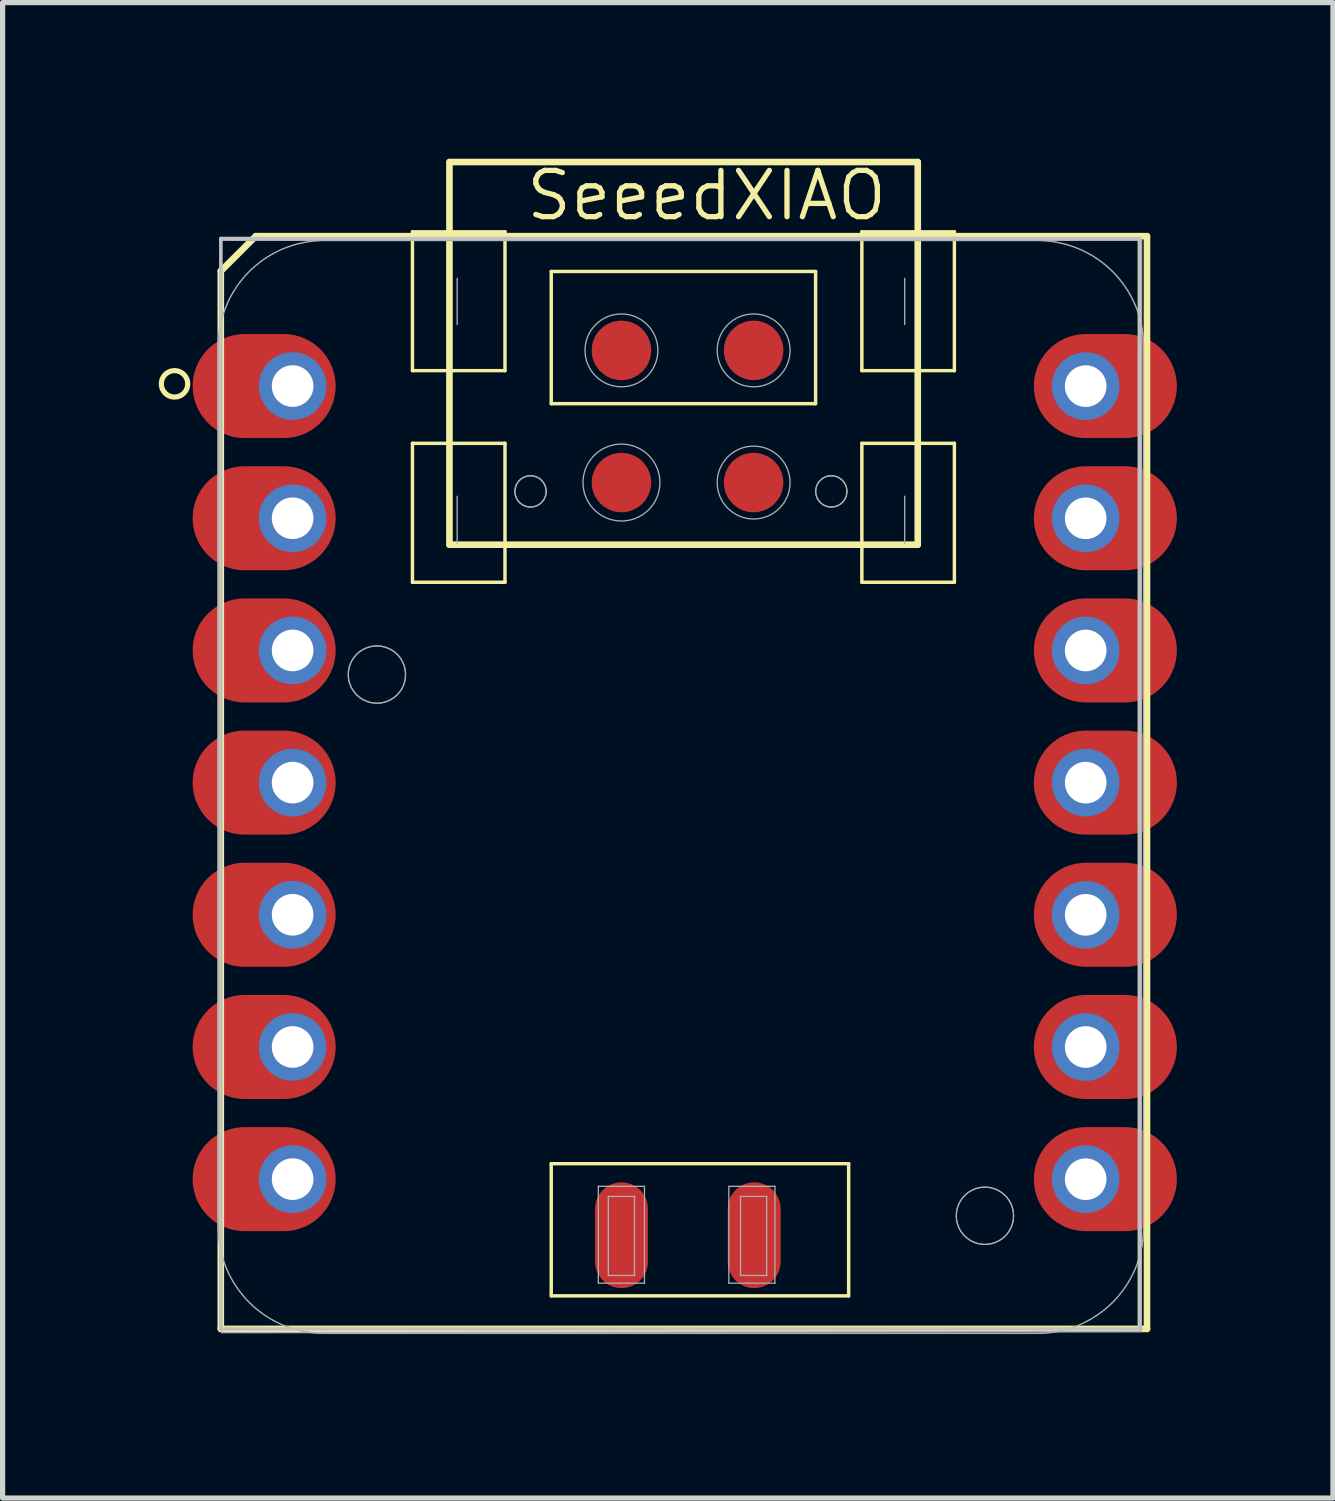
<source format=kicad_pcb>
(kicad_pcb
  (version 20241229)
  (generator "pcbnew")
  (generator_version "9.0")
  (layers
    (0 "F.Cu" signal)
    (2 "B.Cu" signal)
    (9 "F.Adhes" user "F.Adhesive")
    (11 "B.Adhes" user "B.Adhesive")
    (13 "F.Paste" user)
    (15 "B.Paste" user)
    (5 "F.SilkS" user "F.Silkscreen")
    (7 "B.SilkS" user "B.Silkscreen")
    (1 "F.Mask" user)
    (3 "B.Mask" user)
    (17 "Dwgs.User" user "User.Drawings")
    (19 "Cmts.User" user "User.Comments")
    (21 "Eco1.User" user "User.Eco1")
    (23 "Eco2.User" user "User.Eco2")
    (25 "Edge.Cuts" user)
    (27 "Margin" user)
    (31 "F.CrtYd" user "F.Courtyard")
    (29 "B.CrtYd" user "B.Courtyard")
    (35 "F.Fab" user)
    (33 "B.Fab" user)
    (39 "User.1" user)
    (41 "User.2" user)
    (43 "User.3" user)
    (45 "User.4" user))
  (footprint "SeeedXIAO"
    (layer "F.Cu")
    (at 1.193 22.487)
    (property "Reference" "SeeedXIAO" (at 9.335 -21.78 0) (layer "F.SilkS") (effects (font (size 0.889 0.889) (thickness 0.102))))
    (attr smd)
    (fp_line (start 0 -20.328) (end 0 0) (stroke (width 0.127) (type solid)) (layer "F.SilkS"))
    (fp_line (start 0 0) (end 17.798 0) (stroke (width 0.127) (type solid)) (layer "F.SilkS"))
    (fp_line (start 0.671 -20.998) (end 0 -20.328) (stroke (width 0.127) (type solid)) (layer "F.SilkS"))
    (fp_line (start 3.683 -21.082) (end 5.461 -21.082) (stroke (width 0.066) (type solid)) (layer "F.SilkS"))
    (fp_line (start 3.683 -18.415) (end 3.683 -21.082) (stroke (width 0.066) (type solid)) (layer "F.SilkS"))
    (fp_line (start 3.683 -18.415) (end 5.461 -18.415) (stroke (width 0.066) (type solid)) (layer "F.SilkS"))
    (fp_line (start 3.683 -17.018) (end 5.461 -17.018) (stroke (width 0.066) (type solid)) (layer "F.SilkS"))
    (fp_line (start 3.683 -14.348) (end 3.683 -17.018) (stroke (width 0.066) (type solid)) (layer "F.SilkS"))
    (fp_line (start 3.683 -14.348) (end 5.461 -14.348) (stroke (width 0.066) (type solid)) (layer "F.SilkS"))
    (fp_line (start 4.394 -15.07) (end 4.394 -22.423) (stroke (width 0.127) (type solid)) (layer "F.SilkS"))
    (fp_line (start 4.399 -22.423) (end 13.393 -22.423) (stroke (width 0.127) (type solid)) (layer "F.SilkS"))
    (fp_line (start 5.461 -18.415) (end 5.461 -21.082) (stroke (width 0.066) (type solid)) (layer "F.SilkS"))
    (fp_line (start 5.461 -14.348) (end 5.461 -17.018) (stroke (width 0.066) (type solid)) (layer "F.SilkS"))
    (fp_line (start 6.35 -20.32) (end 11.43 -20.32) (stroke (width 0.066) (type solid)) (layer "F.SilkS"))
    (fp_line (start 6.35 -17.78) (end 6.35 -20.32) (stroke (width 0.066) (type solid)) (layer "F.SilkS"))
    (fp_line (start 6.35 -17.78) (end 11.43 -17.78) (stroke (width 0.066) (type solid)) (layer "F.SilkS"))
    (fp_line (start 6.35 -3.175) (end 12.065 -3.175) (stroke (width 0.066) (type solid)) (layer "F.SilkS"))
    (fp_line (start 6.35 -0.635) (end 6.35 -3.175) (stroke (width 0.066) (type solid)) (layer "F.SilkS"))
    (fp_line (start 6.35 -0.635) (end 12.065 -0.635) (stroke (width 0.066) (type solid)) (layer "F.SilkS"))
    (fp_line (start 11.43 -17.78) (end 11.43 -20.32) (stroke (width 0.066) (type solid)) (layer "F.SilkS"))
    (fp_line (start 12.065 -0.635) (end 12.065 -3.175) (stroke (width 0.066) (type solid)) (layer "F.SilkS"))
    (fp_line (start 12.319 -21.082) (end 14.097 -21.082) (stroke (width 0.066) (type solid)) (layer "F.SilkS"))
    (fp_line (start 12.319 -18.415) (end 12.319 -21.082) (stroke (width 0.066) (type solid)) (layer "F.SilkS"))
    (fp_line (start 12.319 -18.415) (end 14.097 -18.415) (stroke (width 0.066) (type solid)) (layer "F.SilkS"))
    (fp_line (start 12.319 -17.018) (end 14.097 -17.018) (stroke (width 0.066) (type solid)) (layer "F.SilkS"))
    (fp_line (start 12.319 -14.348) (end 12.319 -17.018) (stroke (width 0.066) (type solid)) (layer "F.SilkS"))
    (fp_line (start 12.319 -14.348) (end 14.097 -14.348) (stroke (width 0.066) (type solid)) (layer "F.SilkS"))
    (fp_line (start 13.393 -22.423) (end 13.393 -15.07) (stroke (width 0.127) (type solid)) (layer "F.SilkS"))
    (fp_line (start 13.393 -15.07) (end 4.394 -15.07) (stroke (width 0.127) (type solid)) (layer "F.SilkS"))
    (fp_line (start 14.097 -18.415) (end 14.097 -21.082) (stroke (width 0.066) (type solid)) (layer "F.SilkS"))
    (fp_line (start 14.097 -14.348) (end 14.097 -17.018) (stroke (width 0.066) (type solid)) (layer "F.SilkS"))
    (fp_line (start 17.798 -20.998) (end 0.671 -20.998) (stroke (width 0.127) (type solid)) (layer "F.SilkS"))
    (fp_line (start 17.798 0) (end 17.798 -20.998) (stroke (width 0.127) (type solid)) (layer "F.SilkS"))
    (fp_circle (center -0.889 -18.161) (end -0.889 -18.415) (stroke (width 0.1) (type solid)) (fill no) (layer "F.SilkS"))
    (fp_line (start 0 -20.955) (end 17.65 -20.955) (stroke (width 0.066) (type solid)) (layer "Dwgs.User"))
    (fp_line (start 0 0) (end 0 -20.955) (stroke (width 0.066) (type solid)) (layer "Dwgs.User"))
    (fp_line (start 0 0) (end 17.65 0) (stroke (width 0.066) (type solid)) (layer "Dwgs.User"))
    (fp_line (start 17.65 0) (end 17.65 -20.955) (stroke (width 0.066) (type solid)) (layer "Dwgs.User"))
    (fp_line (start -0.048 -18.882) (end -0.048 -1.946) (stroke (width 0.025) (type solid)) (layer "F.Fab"))
    (fp_line (start -0.048 -1.946) (end -0.048 -1.897) (stroke (width 0.025) (type solid)) (layer "F.Fab"))
    (fp_line (start -0.048 -18.931) (end -0.048 -18.882) (stroke (width 0.025) (type solid)) (layer "F.Fab"))
    (fp_line (start -0.048 -1.897) (end -0.046 -1.848) (stroke (width 0.025) (type solid)) (layer "F.Fab"))
    (fp_line (start -0.046 -18.98) (end -0.048 -18.931) (stroke (width 0.025) (type solid)) (layer "F.Fab"))
    (fp_line (start -0.046 -1.848) (end -0.043 -1.799) (stroke (width 0.025) (type solid)) (layer "F.Fab"))
    (fp_line (start -0.043 -19.029) (end -0.046 -18.98) (stroke (width 0.025) (type solid)) (layer "F.Fab"))
    (fp_line (start -0.043 -1.799) (end -0.039 -1.75) (stroke (width 0.025) (type solid)) (layer "F.Fab"))
    (fp_line (start -0.039 -19.078) (end -0.043 -19.029) (stroke (width 0.025) (type solid)) (layer "F.Fab"))
    (fp_line (start -0.039 -1.75) (end -0.033 -1.701) (stroke (width 0.025) (type solid)) (layer "F.Fab"))
    (fp_line (start -0.033 -19.127) (end -0.039 -19.078) (stroke (width 0.025) (type solid)) (layer "F.Fab"))
    (fp_line (start -0.033 -1.701) (end -0.027 -1.653) (stroke (width 0.025) (type solid)) (layer "F.Fab"))
    (fp_line (start -0.027 -19.176) (end -0.033 -19.127) (stroke (width 0.025) (type solid)) (layer "F.Fab"))
    (fp_line (start -0.027 -1.653) (end -0.019 -1.604) (stroke (width 0.025) (type solid)) (layer "F.Fab"))
    (fp_line (start -0.019 -19.224) (end -0.027 -19.176) (stroke (width 0.025) (type solid)) (layer "F.Fab"))
    (fp_line (start -0.019 -1.604) (end -0.01 -1.556) (stroke (width 0.025) (type solid)) (layer "F.Fab"))
    (fp_line (start -0.01 -19.273) (end -0.019 -19.224) (stroke (width 0.025) (type solid)) (layer "F.Fab"))
    (fp_line (start -0.01 -1.556) (end -0.000445 -1.508) (stroke (width 0.025) (type solid)) (layer "F.Fab"))
    (fp_line (start -0.000445 -19.321) (end -0.01 -19.273) (stroke (width 0.025) (type solid)) (layer "F.Fab"))
    (fp_line (start -0.000445 -1.508) (end 0.011 -1.46) (stroke (width 0.025) (type solid)) (layer "F.Fab"))
    (fp_line (start 0.011 -19.369) (end -0.000445 -19.321) (stroke (width 0.025) (type solid)) (layer "F.Fab"))
    (fp_line (start 0.011 -1.46) (end 0.023 -1.412) (stroke (width 0.025) (type solid)) (layer "F.Fab"))
    (fp_line (start 0.017 -20.919) (end 17.694 -20.919) (stroke (width 0.025) (type solid)) (layer "F.Fab"))
    (fp_line (start 0.017 0.073) (end 0.017 -20.919) (stroke (width 0.025) (type solid)) (layer "F.Fab"))
    (fp_line (start 0.017 0.073) (end 17.694 0.052) (stroke (width 0.025) (type solid)) (layer "F.Fab"))
    (fp_line (start 0.023 -19.416) (end 0.011 -19.369) (stroke (width 0.025) (type solid)) (layer "F.Fab"))
    (fp_line (start 0.023 -1.412) (end 0.037 -1.365) (stroke (width 0.025) (type solid)) (layer "F.Fab"))
    (fp_line (start 0.037 -19.463) (end 0.023 -19.416) (stroke (width 0.025) (type solid)) (layer "F.Fab"))
    (fp_line (start 0.037 -1.365) (end 0.051 -1.318) (stroke (width 0.025) (type solid)) (layer "F.Fab"))
    (fp_line (start 0.051 -19.51) (end 0.037 -19.463) (stroke (width 0.025) (type solid)) (layer "F.Fab"))
    (fp_line (start 0.051 -1.318) (end 0.067 -1.272) (stroke (width 0.025) (type solid)) (layer "F.Fab"))
    (fp_line (start 0.067 -19.557) (end 0.051 -19.51) (stroke (width 0.025) (type solid)) (layer "F.Fab"))
    (fp_line (start 0.067 -1.272) (end 0.084 -1.226) (stroke (width 0.025) (type solid)) (layer "F.Fab"))
    (fp_line (start 0.084 -19.603) (end 0.067 -19.557) (stroke (width 0.025) (type solid)) (layer "F.Fab"))
    (fp_line (start 0.084 -1.226) (end 0.102 -1.18) (stroke (width 0.025) (type solid)) (layer "F.Fab"))
    (fp_line (start 0.102 -19.648) (end 0.084 -19.603) (stroke (width 0.025) (type solid)) (layer "F.Fab"))
    (fp_line (start 0.102 -1.18) (end 0.121 -1.135) (stroke (width 0.025) (type solid)) (layer "F.Fab"))
    (fp_line (start 0.121 -19.694) (end 0.102 -19.648) (stroke (width 0.025) (type solid)) (layer "F.Fab"))
    (fp_line (start 0.121 -1.135) (end 0.141 -1.09) (stroke (width 0.025) (type solid)) (layer "F.Fab"))
    (fp_line (start 0.141 -19.738) (end 0.121 -19.694) (stroke (width 0.025) (type solid)) (layer "F.Fab"))
    (fp_line (start 0.141 -1.09) (end 0.162 -1.046) (stroke (width 0.025) (type solid)) (layer "F.Fab"))
    (fp_line (start 0.162 -19.783) (end 0.141 -19.738) (stroke (width 0.025) (type solid)) (layer "F.Fab"))
    (fp_line (start 0.162 -1.046) (end 0.184 -1.002) (stroke (width 0.025) (type solid)) (layer "F.Fab"))
    (fp_line (start 0.184 -19.827) (end 0.162 -19.783) (stroke (width 0.025) (type solid)) (layer "F.Fab"))
    (fp_line (start 0.184 -1.002) (end 0.208 -0.959) (stroke (width 0.025) (type solid)) (layer "F.Fab"))
    (fp_line (start 0.208 -19.87) (end 0.184 -19.827) (stroke (width 0.025) (type solid)) (layer "F.Fab"))
    (fp_line (start 0.208 -0.959) (end 0.232 -0.916) (stroke (width 0.025) (type solid)) (layer "F.Fab"))
    (fp_line (start 0.232 -19.912) (end 0.208 -19.87) (stroke (width 0.025) (type solid)) (layer "F.Fab"))
    (fp_line (start 0.232 -0.916) (end 0.258 -0.874) (stroke (width 0.025) (type solid)) (layer "F.Fab"))
    (fp_line (start 0.258 -19.954) (end 0.232 -19.912) (stroke (width 0.025) (type solid)) (layer "F.Fab"))
    (fp_line (start 0.258 -0.874) (end 0.284 -0.833) (stroke (width 0.025) (type solid)) (layer "F.Fab"))
    (fp_line (start 0.284 -19.996) (end 0.258 -19.954) (stroke (width 0.025) (type solid)) (layer "F.Fab"))
    (fp_line (start 0.284 -0.833) (end 0.311 -0.792) (stroke (width 0.025) (type solid)) (layer "F.Fab"))
    (fp_line (start 0.311 -20.037) (end 0.284 -19.996) (stroke (width 0.025) (type solid)) (layer "F.Fab"))
    (fp_line (start 0.311 -0.792) (end 0.34 -0.752) (stroke (width 0.025) (type solid)) (layer "F.Fab"))
    (fp_line (start 0.34 -20.076) (end 0.311 -20.037) (stroke (width 0.025) (type solid)) (layer "F.Fab"))
    (fp_line (start 0.34 -0.752) (end 0.369 -0.713) (stroke (width 0.025) (type solid)) (layer "F.Fab"))
    (fp_line (start 0.369 -20.116) (end 0.34 -20.076) (stroke (width 0.025) (type solid)) (layer "F.Fab"))
    (fp_line (start 0.369 -0.713) (end 0.4 -0.674) (stroke (width 0.025) (type solid)) (layer "F.Fab"))
    (fp_line (start 0.4 -20.154) (end 0.369 -20.116) (stroke (width 0.025) (type solid)) (layer "F.Fab"))
    (fp_line (start 0.4 -0.674) (end 0.431 -0.636) (stroke (width 0.025) (type solid)) (layer "F.Fab"))
    (fp_line (start 0.431 -20.193) (end 0.4 -20.154) (stroke (width 0.025) (type solid)) (layer "F.Fab"))
    (fp_line (start 0.431 -0.636) (end 0.463 -0.599) (stroke (width 0.025) (type solid)) (layer "F.Fab"))
    (fp_line (start 0.463 -20.23) (end 0.431 -20.193) (stroke (width 0.025) (type solid)) (layer "F.Fab"))
    (fp_line (start 0.463 -0.599) (end 0.496 -0.562) (stroke (width 0.025) (type solid)) (layer "F.Fab"))
    (fp_line (start 0.496 -20.266) (end 0.463 -20.23) (stroke (width 0.025) (type solid)) (layer "F.Fab"))
    (fp_line (start 0.496 -0.562) (end 0.53 -0.527) (stroke (width 0.025) (type solid)) (layer "F.Fab"))
    (fp_line (start 0.53 -20.302) (end 0.496 -20.266) (stroke (width 0.025) (type solid)) (layer "F.Fab"))
    (fp_line (start 0.53 -0.527) (end 0.564 -0.492) (stroke (width 0.025) (type solid)) (layer "F.Fab"))
    (fp_line (start 0.564 -20.336) (end 0.53 -20.302) (stroke (width 0.025) (type solid)) (layer "F.Fab"))
    (fp_line (start 0.564 -0.492) (end 0.6 -0.458) (stroke (width 0.025) (type solid)) (layer "F.Fab"))
    (fp_line (start 0.6 -20.37) (end 0.564 -20.336) (stroke (width 0.025) (type solid)) (layer "F.Fab"))
    (fp_line (start 0.6 -0.458) (end 0.636 -0.425) (stroke (width 0.025) (type solid)) (layer "F.Fab"))
    (fp_line (start 0.636 -20.403) (end 0.6 -20.37) (stroke (width 0.025) (type solid)) (layer "F.Fab"))
    (fp_line (start 0.636 -0.425) (end 0.673 -0.393) (stroke (width 0.025) (type solid)) (layer "F.Fab"))
    (fp_line (start 0.673 -20.435) (end 0.636 -20.403) (stroke (width 0.025) (type solid)) (layer "F.Fab"))
    (fp_line (start 0.673 -0.393) (end 0.712 -0.362) (stroke (width 0.025) (type solid)) (layer "F.Fab"))
    (fp_line (start 0.712 -20.466) (end 0.673 -20.435) (stroke (width 0.025) (type solid)) (layer "F.Fab"))
    (fp_line (start 0.712 -0.362) (end 0.75 -0.332) (stroke (width 0.025) (type solid)) (layer "F.Fab"))
    (fp_line (start 0.75 -20.497) (end 0.712 -20.466) (stroke (width 0.025) (type solid)) (layer "F.Fab"))
    (fp_line (start 0.75 -0.332) (end 0.789 -0.302) (stroke (width 0.025) (type solid)) (layer "F.Fab"))
    (fp_line (start 0.789 -20.526) (end 0.75 -20.497) (stroke (width 0.025) (type solid)) (layer "F.Fab"))
    (fp_line (start 0.789 -0.302) (end 0.829 -0.274) (stroke (width 0.025) (type solid)) (layer "F.Fab"))
    (fp_line (start 0.829 -20.555) (end 0.789 -20.526) (stroke (width 0.025) (type solid)) (layer "F.Fab"))
    (fp_line (start 0.829 -0.274) (end 0.87 -0.246) (stroke (width 0.025) (type solid)) (layer "F.Fab"))
    (fp_line (start 0.87 -20.582) (end 0.829 -20.555) (stroke (width 0.025) (type solid)) (layer "F.Fab"))
    (fp_line (start 0.87 -0.246) (end 0.912 -0.22) (stroke (width 0.025) (type solid)) (layer "F.Fab"))
    (fp_line (start 0.912 -20.608) (end 0.87 -20.582) (stroke (width 0.025) (type solid)) (layer "F.Fab"))
    (fp_line (start 0.912 -0.22) (end 0.954 -0.195) (stroke (width 0.025) (type solid)) (layer "F.Fab"))
    (fp_line (start 0.954 -20.634) (end 0.912 -20.608) (stroke (width 0.025) (type solid)) (layer "F.Fab"))
    (fp_line (start 0.954 -0.195) (end 0.996 -0.17) (stroke (width 0.025) (type solid)) (layer "F.Fab"))
    (fp_line (start 0.996 -20.658) (end 0.954 -20.634) (stroke (width 0.025) (type solid)) (layer "F.Fab"))
    (fp_line (start 0.996 -0.17) (end 1.039 -0.147) (stroke (width 0.025) (type solid)) (layer "F.Fab"))
    (fp_line (start 1.039 -20.681) (end 0.996 -20.658) (stroke (width 0.025) (type solid)) (layer "F.Fab"))
    (fp_line (start 1.039 -0.147) (end 1.083 -0.125) (stroke (width 0.025) (type solid)) (layer "F.Fab"))
    (fp_line (start 1.083 -20.704) (end 1.039 -20.681) (stroke (width 0.025) (type solid)) (layer "F.Fab"))
    (fp_line (start 1.083 -0.125) (end 1.128 -0.103) (stroke (width 0.025) (type solid)) (layer "F.Fab"))
    (fp_line (start 1.128 -20.725) (end 1.083 -20.704) (stroke (width 0.025) (type solid)) (layer "F.Fab"))
    (fp_line (start 1.128 -0.103) (end 1.172 -0.083) (stroke (width 0.025) (type solid)) (layer "F.Fab"))
    (fp_line (start 1.172 -20.745) (end 1.128 -20.725) (stroke (width 0.025) (type solid)) (layer "F.Fab"))
    (fp_line (start 1.172 -0.083) (end 1.217 -0.064) (stroke (width 0.025) (type solid)) (layer "F.Fab"))
    (fp_line (start 1.217 -20.764) (end 1.172 -20.745) (stroke (width 0.025) (type solid)) (layer "F.Fab"))
    (fp_line (start 1.217 -0.064) (end 1.263 -0.046) (stroke (width 0.025) (type solid)) (layer "F.Fab"))
    (fp_line (start 1.263 -20.782) (end 1.217 -20.764) (stroke (width 0.025) (type solid)) (layer "F.Fab"))
    (fp_line (start 1.263 -0.046) (end 1.309 -0.03) (stroke (width 0.025) (type solid)) (layer "F.Fab"))
    (fp_line (start 1.309 -20.799) (end 1.263 -20.782) (stroke (width 0.025) (type solid)) (layer "F.Fab"))
    (fp_line (start 1.309 -0.03) (end 1.356 -0.014) (stroke (width 0.025) (type solid)) (layer "F.Fab"))
    (fp_line (start 1.356 -20.815) (end 1.309 -20.799) (stroke (width 0.025) (type solid)) (layer "F.Fab"))
    (fp_line (start 1.356 -0.014) (end 1.403 0.001) (stroke (width 0.025) (type solid)) (layer "F.Fab"))
    (fp_line (start 1.403 -20.829) (end 1.356 -20.815) (stroke (width 0.025) (type solid)) (layer "F.Fab"))
    (fp_line (start 1.403 0.001) (end 1.45 0.014) (stroke (width 0.025) (type solid)) (layer "F.Fab"))
    (fp_line (start 1.45 -20.843) (end 1.403 -20.829) (stroke (width 0.025) (type solid)) (layer "F.Fab"))
    (fp_line (start 1.45 0.014) (end 1.497 0.027) (stroke (width 0.025) (type solid)) (layer "F.Fab"))
    (fp_line (start 1.497 -20.855) (end 1.45 -20.843) (stroke (width 0.025) (type solid)) (layer "F.Fab"))
    (fp_line (start 1.497 0.027) (end 1.545 0.038) (stroke (width 0.025) (type solid)) (layer "F.Fab"))
    (fp_line (start 1.545 -20.866) (end 1.497 -20.855) (stroke (width 0.025) (type solid)) (layer "F.Fab"))
    (fp_line (start 1.545 0.038) (end 1.593 0.048) (stroke (width 0.025) (type solid)) (layer "F.Fab"))
    (fp_line (start 1.593 -20.876) (end 1.545 -20.866) (stroke (width 0.025) (type solid)) (layer "F.Fab"))
    (fp_line (start 1.593 0.048) (end 1.642 0.057) (stroke (width 0.025) (type solid)) (layer "F.Fab"))
    (fp_line (start 1.642 -20.885) (end 1.593 -20.876) (stroke (width 0.025) (type solid)) (layer "F.Fab"))
    (fp_line (start 1.642 0.057) (end 1.69 0.064) (stroke (width 0.025) (type solid)) (layer "F.Fab"))
    (fp_line (start 1.69 -20.893) (end 1.642 -20.885) (stroke (width 0.025) (type solid)) (layer "F.Fab"))
    (fp_line (start 1.69 0.064) (end 1.739 0.071) (stroke (width 0.025) (type solid)) (layer "F.Fab"))
    (fp_line (start 1.739 -20.899) (end 1.69 -20.893) (stroke (width 0.025) (type solid)) (layer "F.Fab"))
    (fp_line (start 1.739 0.071) (end 1.788 0.076) (stroke (width 0.025) (type solid)) (layer "F.Fab"))
    (fp_line (start 1.788 -20.905) (end 1.739 -20.899) (stroke (width 0.025) (type solid)) (layer "F.Fab"))
    (fp_line (start 1.788 0.076) (end 1.837 0.08) (stroke (width 0.025) (type solid)) (layer "F.Fab"))
    (fp_line (start 1.837 -20.909) (end 1.788 -20.905) (stroke (width 0.025) (type solid)) (layer "F.Fab"))
    (fp_line (start 1.837 0.08) (end 1.886 0.084) (stroke (width 0.025) (type solid)) (layer "F.Fab"))
    (fp_line (start 1.886 -20.912) (end 1.837 -20.909) (stroke (width 0.025) (type solid)) (layer "F.Fab"))
    (fp_line (start 1.886 0.084) (end 1.935 0.085) (stroke (width 0.025) (type solid)) (layer "F.Fab"))
    (fp_line (start 1.935 -20.914) (end 1.886 -20.912) (stroke (width 0.025) (type solid)) (layer "F.Fab"))
    (fp_line (start 1.935 0.085) (end 1.984 0.086) (stroke (width 0.025) (type solid)) (layer "F.Fab"))
    (fp_line (start 1.984 -20.914) (end 1.935 -20.914) (stroke (width 0.025) (type solid)) (layer "F.Fab"))
    (fp_line (start 1.984 0.086) (end 15.7 0.086) (stroke (width 0.025) (type solid)) (layer "F.Fab"))
    (fp_line (start 2.45 -12.58) (end 2.451 -12.604) (stroke (width 0.025) (type solid)) (layer "F.Fab"))
    (fp_line (start 2.45 -12.557) (end 2.45 -12.58) (stroke (width 0.025) (type solid)) (layer "F.Fab"))
    (fp_line (start 2.451 -12.604) (end 2.452 -12.627) (stroke (width 0.025) (type solid)) (layer "F.Fab"))
    (fp_line (start 2.451 -12.533) (end 2.45 -12.557) (stroke (width 0.025) (type solid)) (layer "F.Fab"))
    (fp_line (start 2.452 -12.627) (end 2.455 -12.65) (stroke (width 0.025) (type solid)) (layer "F.Fab"))
    (fp_line (start 2.454 -12.51) (end 2.451 -12.533) (stroke (width 0.025) (type solid)) (layer "F.Fab"))
    (fp_line (start 2.455 -12.65) (end 2.459 -12.673) (stroke (width 0.025) (type solid)) (layer "F.Fab"))
    (fp_line (start 2.457 -12.486) (end 2.454 -12.51) (stroke (width 0.025) (type solid)) (layer "F.Fab"))
    (fp_line (start 2.459 -12.673) (end 2.464 -12.697) (stroke (width 0.025) (type solid)) (layer "F.Fab"))
    (fp_line (start 2.461 -12.463) (end 2.457 -12.486) (stroke (width 0.025) (type solid)) (layer "F.Fab"))
    (fp_line (start 2.464 -12.697) (end 2.469 -12.719) (stroke (width 0.025) (type solid)) (layer "F.Fab"))
    (fp_line (start 2.466 -12.44) (end 2.461 -12.463) (stroke (width 0.025) (type solid)) (layer "F.Fab"))
    (fp_line (start 2.469 -12.719) (end 2.476 -12.742) (stroke (width 0.025) (type solid)) (layer "F.Fab"))
    (fp_line (start 2.472 -12.418) (end 2.466 -12.44) (stroke (width 0.025) (type solid)) (layer "F.Fab"))
    (fp_line (start 2.476 -12.742) (end 2.484 -12.764) (stroke (width 0.025) (type solid)) (layer "F.Fab"))
    (fp_line (start 2.48 -12.395) (end 2.472 -12.418) (stroke (width 0.025) (type solid)) (layer "F.Fab"))
    (fp_line (start 2.484 -12.764) (end 2.492 -12.786) (stroke (width 0.025) (type solid)) (layer "F.Fab"))
    (fp_line (start 2.488 -12.373) (end 2.48 -12.395) (stroke (width 0.025) (type solid)) (layer "F.Fab"))
    (fp_line (start 2.492 -12.786) (end 2.502 -12.807) (stroke (width 0.025) (type solid)) (layer "F.Fab"))
    (fp_line (start 2.497 -12.352) (end 2.488 -12.373) (stroke (width 0.025) (type solid)) (layer "F.Fab"))
    (fp_line (start 2.502 -12.807) (end 2.512 -12.828) (stroke (width 0.025) (type solid)) (layer "F.Fab"))
    (fp_line (start 2.507 -12.33) (end 2.497 -12.352) (stroke (width 0.025) (type solid)) (layer "F.Fab"))
    (fp_line (start 2.512 -12.828) (end 2.524 -12.849) (stroke (width 0.025) (type solid)) (layer "F.Fab"))
    (fp_line (start 2.518 -12.309) (end 2.507 -12.33) (stroke (width 0.025) (type solid)) (layer "F.Fab"))
    (fp_line (start 2.524 -12.849) (end 2.536 -12.869) (stroke (width 0.025) (type solid)) (layer "F.Fab"))
    (fp_line (start 2.53 -12.289) (end 2.518 -12.309) (stroke (width 0.025) (type solid)) (layer "F.Fab"))
    (fp_line (start 2.536 -12.869) (end 2.549 -12.889) (stroke (width 0.025) (type solid)) (layer "F.Fab"))
    (fp_line (start 2.542 -12.269) (end 2.53 -12.289) (stroke (width 0.025) (type solid)) (layer "F.Fab"))
    (fp_line (start 2.549 -12.889) (end 2.563 -12.908) (stroke (width 0.025) (type solid)) (layer "F.Fab"))
    (fp_line (start 2.556 -12.25) (end 2.542 -12.269) (stroke (width 0.025) (type solid)) (layer "F.Fab"))
    (fp_line (start 2.563 -12.908) (end 2.577 -12.926) (stroke (width 0.025) (type solid)) (layer "F.Fab"))
    (fp_line (start 2.57 -12.231) (end 2.556 -12.25) (stroke (width 0.025) (type solid)) (layer "F.Fab"))
    (fp_line (start 2.577 -12.926) (end 2.593 -12.944) (stroke (width 0.025) (type solid)) (layer "F.Fab"))
    (fp_line (start 2.585 -12.213) (end 2.57 -12.231) (stroke (width 0.025) (type solid)) (layer "F.Fab"))
    (fp_line (start 2.593 -12.944) (end 2.609 -12.961) (stroke (width 0.025) (type solid)) (layer "F.Fab"))
    (fp_line (start 2.601 -12.196) (end 2.585 -12.213) (stroke (width 0.025) (type solid)) (layer "F.Fab"))
    (fp_line (start 2.609 -12.961) (end 2.626 -12.977) (stroke (width 0.025) (type solid)) (layer "F.Fab"))
    (fp_line (start 2.617 -12.179) (end 2.601 -12.196) (stroke (width 0.025) (type solid)) (layer "F.Fab"))
    (fp_line (start 2.626 -12.977) (end 2.643 -12.993) (stroke (width 0.025) (type solid)) (layer "F.Fab"))
    (fp_line (start 2.635 -12.163) (end 2.617 -12.179) (stroke (width 0.025) (type solid)) (layer "F.Fab"))
    (fp_line (start 2.643 -12.993) (end 2.661 -13.008) (stroke (width 0.025) (type solid)) (layer "F.Fab"))
    (fp_line (start 2.652 -12.148) (end 2.635 -12.163) (stroke (width 0.025) (type solid)) (layer "F.Fab"))
    (fp_line (start 2.661 -13.008) (end 2.68 -13.022) (stroke (width 0.025) (type solid)) (layer "F.Fab"))
    (fp_line (start 2.671 -12.133) (end 2.652 -12.148) (stroke (width 0.025) (type solid)) (layer "F.Fab"))
    (fp_line (start 2.68 -13.022) (end 2.7 -13.035) (stroke (width 0.025) (type solid)) (layer "F.Fab"))
    (fp_line (start 2.69 -12.12) (end 2.671 -12.133) (stroke (width 0.025) (type solid)) (layer "F.Fab"))
    (fp_line (start 2.7 -13.035) (end 2.72 -13.047) (stroke (width 0.025) (type solid)) (layer "F.Fab"))
    (fp_line (start 2.71 -12.107) (end 2.69 -12.12) (stroke (width 0.025) (type solid)) (layer "F.Fab"))
    (fp_line (start 2.72 -13.047) (end 2.74 -13.059) (stroke (width 0.025) (type solid)) (layer "F.Fab"))
    (fp_line (start 2.73 -12.095) (end 2.71 -12.107) (stroke (width 0.025) (type solid)) (layer "F.Fab"))
    (fp_line (start 2.74 -13.059) (end 2.761 -13.07) (stroke (width 0.025) (type solid)) (layer "F.Fab"))
    (fp_line (start 2.751 -12.084) (end 2.73 -12.095) (stroke (width 0.025) (type solid)) (layer "F.Fab"))
    (fp_line (start 2.761 -13.07) (end 2.783 -13.079) (stroke (width 0.025) (type solid)) (layer "F.Fab"))
    (fp_line (start 2.772 -12.074) (end 2.751 -12.084) (stroke (width 0.025) (type solid)) (layer "F.Fab"))
    (fp_line (start 2.783 -13.079) (end 2.804 -13.088) (stroke (width 0.025) (type solid)) (layer "F.Fab"))
    (fp_line (start 2.794 -12.064) (end 2.772 -12.074) (stroke (width 0.025) (type solid)) (layer "F.Fab"))
    (fp_line (start 2.804 -13.088) (end 2.827 -13.096) (stroke (width 0.025) (type solid)) (layer "F.Fab"))
    (fp_line (start 2.815 -12.056) (end 2.794 -12.064) (stroke (width 0.025) (type solid)) (layer "F.Fab"))
    (fp_line (start 2.827 -13.096) (end 2.849 -13.103) (stroke (width 0.025) (type solid)) (layer "F.Fab"))
    (fp_line (start 2.838 -12.049) (end 2.815 -12.056) (stroke (width 0.025) (type solid)) (layer "F.Fab"))
    (fp_line (start 2.849 -13.103) (end 2.872 -13.109) (stroke (width 0.025) (type solid)) (layer "F.Fab"))
    (fp_line (start 2.86 -12.042) (end 2.838 -12.049) (stroke (width 0.025) (type solid)) (layer "F.Fab"))
    (fp_line (start 2.872 -13.109) (end 2.895 -13.114) (stroke (width 0.025) (type solid)) (layer "F.Fab"))
    (fp_line (start 2.883 -12.037) (end 2.86 -12.042) (stroke (width 0.025) (type solid)) (layer "F.Fab"))
    (fp_line (start 2.895 -13.114) (end 2.918 -13.118) (stroke (width 0.025) (type solid)) (layer "F.Fab"))
    (fp_line (start 2.906 -12.032) (end 2.883 -12.037) (stroke (width 0.025) (type solid)) (layer "F.Fab"))
    (fp_line (start 2.918 -13.118) (end 2.941 -13.121) (stroke (width 0.025) (type solid)) (layer "F.Fab"))
    (fp_line (start 2.929 -12.029) (end 2.906 -12.032) (stroke (width 0.025) (type solid)) (layer "F.Fab"))
    (fp_line (start 2.941 -13.121) (end 2.964 -13.123) (stroke (width 0.025) (type solid)) (layer "F.Fab"))
    (fp_line (start 2.953 -12.026) (end 2.929 -12.029) (stroke (width 0.025) (type solid)) (layer "F.Fab"))
    (fp_line (start 2.964 -13.123) (end 2.988 -13.124) (stroke (width 0.025) (type solid)) (layer "F.Fab"))
    (fp_line (start 2.976 -12.025) (end 2.953 -12.026) (stroke (width 0.025) (type solid)) (layer "F.Fab"))
    (fp_line (start 2.988 -13.124) (end 3.011 -13.124) (stroke (width 0.025) (type solid)) (layer "F.Fab"))
    (fp_line (start 3 -12.024) (end 2.976 -12.025) (stroke (width 0.025) (type solid)) (layer "F.Fab"))
    (fp_line (start 3.011 -13.124) (end 3.035 -13.123) (stroke (width 0.025) (type solid)) (layer "F.Fab"))
    (fp_line (start 3.023 -12.025) (end 3 -12.024) (stroke (width 0.025) (type solid)) (layer "F.Fab"))
    (fp_line (start 3.035 -13.123) (end 3.058 -13.121) (stroke (width 0.025) (type solid)) (layer "F.Fab"))
    (fp_line (start 3.047 -12.026) (end 3.023 -12.025) (stroke (width 0.025) (type solid)) (layer "F.Fab"))
    (fp_line (start 3.058 -13.121) (end 3.082 -13.118) (stroke (width 0.025) (type solid)) (layer "F.Fab"))
    (fp_line (start 3.07 -12.029) (end 3.047 -12.026) (stroke (width 0.025) (type solid)) (layer "F.Fab"))
    (fp_line (start 3.082 -13.118) (end 3.105 -13.114) (stroke (width 0.025) (type solid)) (layer "F.Fab"))
    (fp_line (start 3.093 -12.032) (end 3.07 -12.029) (stroke (width 0.025) (type solid)) (layer "F.Fab"))
    (fp_line (start 3.105 -13.114) (end 3.128 -13.109) (stroke (width 0.025) (type solid)) (layer "F.Fab"))
    (fp_line (start 3.116 -12.037) (end 3.093 -12.032) (stroke (width 0.025) (type solid)) (layer "F.Fab"))
    (fp_line (start 3.128 -13.109) (end 3.151 -13.103) (stroke (width 0.025) (type solid)) (layer "F.Fab"))
    (fp_line (start 3.139 -12.042) (end 3.116 -12.037) (stroke (width 0.025) (type solid)) (layer "F.Fab"))
    (fp_line (start 3.151 -13.103) (end 3.173 -13.096) (stroke (width 0.025) (type solid)) (layer "F.Fab"))
    (fp_line (start 3.162 -12.049) (end 3.139 -12.042) (stroke (width 0.025) (type solid)) (layer "F.Fab"))
    (fp_line (start 3.173 -13.096) (end 3.195 -13.088) (stroke (width 0.025) (type solid)) (layer "F.Fab"))
    (fp_line (start 3.184 -12.056) (end 3.162 -12.049) (stroke (width 0.025) (type solid)) (layer "F.Fab"))
    (fp_line (start 3.195 -13.088) (end 3.217 -13.079) (stroke (width 0.025) (type solid)) (layer "F.Fab"))
    (fp_line (start 3.206 -12.064) (end 3.184 -12.056) (stroke (width 0.025) (type solid)) (layer "F.Fab"))
    (fp_line (start 3.217 -13.079) (end 3.238 -13.07) (stroke (width 0.025) (type solid)) (layer "F.Fab"))
    (fp_line (start 3.228 -12.074) (end 3.206 -12.064) (stroke (width 0.025) (type solid)) (layer "F.Fab"))
    (fp_line (start 3.238 -13.07) (end 3.259 -13.059) (stroke (width 0.025) (type solid)) (layer "F.Fab"))
    (fp_line (start 3.249 -12.084) (end 3.228 -12.074) (stroke (width 0.025) (type solid)) (layer "F.Fab"))
    (fp_line (start 3.259 -13.059) (end 3.28 -13.047) (stroke (width 0.025) (type solid)) (layer "F.Fab"))
    (fp_line (start 3.27 -12.095) (end 3.249 -12.084) (stroke (width 0.025) (type solid)) (layer "F.Fab"))
    (fp_line (start 3.28 -13.047) (end 3.3 -13.035) (stroke (width 0.025) (type solid)) (layer "F.Fab"))
    (fp_line (start 3.29 -12.107) (end 3.27 -12.095) (stroke (width 0.025) (type solid)) (layer "F.Fab"))
    (fp_line (start 3.3 -13.035) (end 3.319 -13.022) (stroke (width 0.025) (type solid)) (layer "F.Fab"))
    (fp_line (start 3.31 -12.12) (end 3.29 -12.107) (stroke (width 0.025) (type solid)) (layer "F.Fab"))
    (fp_line (start 3.319 -13.022) (end 3.338 -13.008) (stroke (width 0.025) (type solid)) (layer "F.Fab"))
    (fp_line (start 3.329 -12.133) (end 3.31 -12.12) (stroke (width 0.025) (type solid)) (layer "F.Fab"))
    (fp_line (start 3.338 -13.008) (end 3.356 -12.993) (stroke (width 0.025) (type solid)) (layer "F.Fab"))
    (fp_line (start 3.347 -12.148) (end 3.329 -12.133) (stroke (width 0.025) (type solid)) (layer "F.Fab"))
    (fp_line (start 3.356 -12.993) (end 3.374 -12.977) (stroke (width 0.025) (type solid)) (layer "F.Fab"))
    (fp_line (start 3.365 -12.163) (end 3.347 -12.148) (stroke (width 0.025) (type solid)) (layer "F.Fab"))
    (fp_line (start 3.374 -12.977) (end 3.391 -12.961) (stroke (width 0.025) (type solid)) (layer "F.Fab"))
    (fp_line (start 3.382 -12.179) (end 3.365 -12.163) (stroke (width 0.025) (type solid)) (layer "F.Fab"))
    (fp_line (start 3.391 -12.961) (end 3.407 -12.944) (stroke (width 0.025) (type solid)) (layer "F.Fab"))
    (fp_line (start 3.399 -12.196) (end 3.382 -12.179) (stroke (width 0.025) (type solid)) (layer "F.Fab"))
    (fp_line (start 3.407 -12.944) (end 3.422 -12.926) (stroke (width 0.025) (type solid)) (layer "F.Fab"))
    (fp_line (start 3.415 -12.213) (end 3.399 -12.196) (stroke (width 0.025) (type solid)) (layer "F.Fab"))
    (fp_line (start 3.422 -12.926) (end 3.437 -12.908) (stroke (width 0.025) (type solid)) (layer "F.Fab"))
    (fp_line (start 3.43 -12.231) (end 3.415 -12.213) (stroke (width 0.025) (type solid)) (layer "F.Fab"))
    (fp_line (start 3.437 -12.908) (end 3.451 -12.889) (stroke (width 0.025) (type solid)) (layer "F.Fab"))
    (fp_line (start 3.444 -12.25) (end 3.43 -12.231) (stroke (width 0.025) (type solid)) (layer "F.Fab"))
    (fp_line (start 3.451 -12.889) (end 3.464 -12.869) (stroke (width 0.025) (type solid)) (layer "F.Fab"))
    (fp_line (start 3.458 -12.269) (end 3.444 -12.25) (stroke (width 0.025) (type solid)) (layer "F.Fab"))
    (fp_line (start 3.464 -12.869) (end 3.476 -12.849) (stroke (width 0.025) (type solid)) (layer "F.Fab"))
    (fp_line (start 3.47 -12.289) (end 3.458 -12.269) (stroke (width 0.025) (type solid)) (layer "F.Fab"))
    (fp_line (start 3.476 -12.849) (end 3.487 -12.828) (stroke (width 0.025) (type solid)) (layer "F.Fab"))
    (fp_line (start 3.482 -12.309) (end 3.47 -12.289) (stroke (width 0.025) (type solid)) (layer "F.Fab"))
    (fp_line (start 3.487 -12.828) (end 3.498 -12.807) (stroke (width 0.025) (type solid)) (layer "F.Fab"))
    (fp_line (start 3.493 -12.33) (end 3.482 -12.309) (stroke (width 0.025) (type solid)) (layer "F.Fab"))
    (fp_line (start 3.498 -12.807) (end 3.507 -12.786) (stroke (width 0.025) (type solid)) (layer "F.Fab"))
    (fp_line (start 3.503 -12.352) (end 3.493 -12.33) (stroke (width 0.025) (type solid)) (layer "F.Fab"))
    (fp_line (start 3.507 -12.786) (end 3.516 -12.764) (stroke (width 0.025) (type solid)) (layer "F.Fab"))
    (fp_line (start 3.512 -12.373) (end 3.503 -12.352) (stroke (width 0.025) (type solid)) (layer "F.Fab"))
    (fp_line (start 3.516 -12.764) (end 3.524 -12.742) (stroke (width 0.025) (type solid)) (layer "F.Fab"))
    (fp_line (start 3.52 -12.395) (end 3.512 -12.373) (stroke (width 0.025) (type solid)) (layer "F.Fab"))
    (fp_line (start 3.524 -12.742) (end 3.53 -12.719) (stroke (width 0.025) (type solid)) (layer "F.Fab"))
    (fp_line (start 3.527 -12.418) (end 3.52 -12.395) (stroke (width 0.025) (type solid)) (layer "F.Fab"))
    (fp_line (start 3.53 -12.719) (end 3.536 -12.697) (stroke (width 0.025) (type solid)) (layer "F.Fab"))
    (fp_line (start 3.533 -12.44) (end 3.527 -12.418) (stroke (width 0.025) (type solid)) (layer "F.Fab"))
    (fp_line (start 3.536 -12.697) (end 3.541 -12.673) (stroke (width 0.025) (type solid)) (layer "F.Fab"))
    (fp_line (start 3.539 -12.463) (end 3.533 -12.44) (stroke (width 0.025) (type solid)) (layer "F.Fab"))
    (fp_line (start 3.541 -12.673) (end 3.544 -12.65) (stroke (width 0.025) (type solid)) (layer "F.Fab"))
    (fp_line (start 3.543 -12.486) (end 3.539 -12.463) (stroke (width 0.025) (type solid)) (layer "F.Fab"))
    (fp_line (start 3.544 -12.65) (end 3.547 -12.627) (stroke (width 0.025) (type solid)) (layer "F.Fab"))
    (fp_line (start 3.546 -12.51) (end 3.543 -12.486) (stroke (width 0.025) (type solid)) (layer "F.Fab"))
    (fp_line (start 3.547 -12.627) (end 3.549 -12.604) (stroke (width 0.025) (type solid)) (layer "F.Fab"))
    (fp_line (start 3.548 -12.533) (end 3.546 -12.51) (stroke (width 0.025) (type solid)) (layer "F.Fab"))
    (fp_line (start 3.549 -12.604) (end 3.55 -12.58) (stroke (width 0.025) (type solid)) (layer "F.Fab"))
    (fp_line (start 3.549 -12.557) (end 3.548 -12.533) (stroke (width 0.025) (type solid)) (layer "F.Fab"))
    (fp_line (start 3.55 -12.58) (end 3.549 -12.557) (stroke (width 0.025) (type solid)) (layer "F.Fab"))
    (fp_line (start 4.542 -19.3) (end 4.542 -20.189) (stroke (width 0.025) (type solid)) (layer "F.Fab"))
    (fp_line (start 4.542 -15.087) (end 4.542 -16.001) (stroke (width 0.025) (type solid)) (layer "F.Fab"))
    (fp_line (start 5.652 -16.094) (end 5.652 -16.112) (stroke (width 0.025) (type solid)) (layer "F.Fab"))
    (fp_line (start 5.652 -16.112) (end 5.654 -16.129) (stroke (width 0.025) (type solid)) (layer "F.Fab"))
    (fp_line (start 5.652 -16.077) (end 5.652 -16.094) (stroke (width 0.025) (type solid)) (layer "F.Fab"))
    (fp_line (start 5.654 -16.129) (end 5.656 -16.146) (stroke (width 0.025) (type solid)) (layer "F.Fab"))
    (fp_line (start 5.654 -16.059) (end 5.652 -16.077) (stroke (width 0.025) (type solid)) (layer "F.Fab"))
    (fp_line (start 5.656 -16.146) (end 5.66 -16.163) (stroke (width 0.025) (type solid)) (layer "F.Fab"))
    (fp_line (start 5.656 -16.042) (end 5.654 -16.059) (stroke (width 0.025) (type solid)) (layer "F.Fab"))
    (fp_line (start 5.66 -16.163) (end 5.665 -16.18) (stroke (width 0.025) (type solid)) (layer "F.Fab"))
    (fp_line (start 5.66 -16.025) (end 5.656 -16.042) (stroke (width 0.025) (type solid)) (layer "F.Fab"))
    (fp_line (start 5.665 -16.18) (end 5.67 -16.197) (stroke (width 0.025) (type solid)) (layer "F.Fab"))
    (fp_line (start 5.665 -16.008) (end 5.66 -16.025) (stroke (width 0.025) (type solid)) (layer "F.Fab"))
    (fp_line (start 5.67 -16.197) (end 5.676 -16.213) (stroke (width 0.025) (type solid)) (layer "F.Fab"))
    (fp_line (start 5.67 -15.992) (end 5.665 -16.008) (stroke (width 0.025) (type solid)) (layer "F.Fab"))
    (fp_line (start 5.676 -16.213) (end 5.684 -16.229) (stroke (width 0.025) (type solid)) (layer "F.Fab"))
    (fp_line (start 5.676 -15.975) (end 5.67 -15.992) (stroke (width 0.025) (type solid)) (layer "F.Fab"))
    (fp_line (start 5.684 -16.229) (end 5.692 -16.244) (stroke (width 0.025) (type solid)) (layer "F.Fab"))
    (fp_line (start 5.684 -15.96) (end 5.676 -15.975) (stroke (width 0.025) (type solid)) (layer "F.Fab"))
    (fp_line (start 5.692 -16.244) (end 5.701 -16.259) (stroke (width 0.025) (type solid)) (layer "F.Fab"))
    (fp_line (start 5.692 -15.944) (end 5.684 -15.96) (stroke (width 0.025) (type solid)) (layer "F.Fab"))
    (fp_line (start 5.701 -16.259) (end 5.711 -16.273) (stroke (width 0.025) (type solid)) (layer "F.Fab"))
    (fp_line (start 5.701 -15.929) (end 5.692 -15.944) (stroke (width 0.025) (type solid)) (layer "F.Fab"))
    (fp_line (start 5.711 -16.273) (end 5.722 -16.287) (stroke (width 0.025) (type solid)) (layer "F.Fab"))
    (fp_line (start 5.711 -15.915) (end 5.701 -15.929) (stroke (width 0.025) (type solid)) (layer "F.Fab"))
    (fp_line (start 5.722 -16.287) (end 5.734 -16.3) (stroke (width 0.025) (type solid)) (layer "F.Fab"))
    (fp_line (start 5.722 -15.901) (end 5.711 -15.915) (stroke (width 0.025) (type solid)) (layer "F.Fab"))
    (fp_line (start 5.734 -16.3) (end 5.746 -16.312) (stroke (width 0.025) (type solid)) (layer "F.Fab"))
    (fp_line (start 5.734 -15.889) (end 5.722 -15.901) (stroke (width 0.025) (type solid)) (layer "F.Fab"))
    (fp_line (start 5.746 -16.312) (end 5.759 -16.324) (stroke (width 0.025) (type solid)) (layer "F.Fab"))
    (fp_line (start 5.746 -15.876) (end 5.734 -15.889) (stroke (width 0.025) (type solid)) (layer "F.Fab"))
    (fp_line (start 5.759 -16.324) (end 5.773 -16.335) (stroke (width 0.025) (type solid)) (layer "F.Fab"))
    (fp_line (start 5.759 -15.864) (end 5.746 -15.876) (stroke (width 0.025) (type solid)) (layer "F.Fab"))
    (fp_line (start 5.773 -16.335) (end 5.787 -16.345) (stroke (width 0.025) (type solid)) (layer "F.Fab"))
    (fp_line (start 5.773 -15.854) (end 5.759 -15.864) (stroke (width 0.025) (type solid)) (layer "F.Fab"))
    (fp_line (start 5.787 -16.345) (end 5.802 -16.354) (stroke (width 0.025) (type solid)) (layer "F.Fab"))
    (fp_line (start 5.787 -15.844) (end 5.773 -15.854) (stroke (width 0.025) (type solid)) (layer "F.Fab"))
    (fp_line (start 5.802 -16.354) (end 5.817 -16.362) (stroke (width 0.025) (type solid)) (layer "F.Fab"))
    (fp_line (start 5.802 -15.834) (end 5.787 -15.844) (stroke (width 0.025) (type solid)) (layer "F.Fab"))
    (fp_line (start 5.817 -16.362) (end 5.833 -16.37) (stroke (width 0.025) (type solid)) (layer "F.Fab"))
    (fp_line (start 5.817 -15.826) (end 5.802 -15.834) (stroke (width 0.025) (type solid)) (layer "F.Fab"))
    (fp_line (start 5.833 -16.37) (end 5.849 -16.376) (stroke (width 0.025) (type solid)) (layer "F.Fab"))
    (fp_line (start 5.833 -15.819) (end 5.817 -15.826) (stroke (width 0.025) (type solid)) (layer "F.Fab"))
    (fp_line (start 5.849 -16.376) (end 5.866 -16.382) (stroke (width 0.025) (type solid)) (layer "F.Fab"))
    (fp_line (start 5.849 -15.812) (end 5.833 -15.819) (stroke (width 0.025) (type solid)) (layer "F.Fab"))
    (fp_line (start 5.866 -16.382) (end 5.883 -16.386) (stroke (width 0.025) (type solid)) (layer "F.Fab"))
    (fp_line (start 5.866 -15.807) (end 5.849 -15.812) (stroke (width 0.025) (type solid)) (layer "F.Fab"))
    (fp_line (start 5.883 -16.386) (end 5.9 -16.39) (stroke (width 0.025) (type solid)) (layer "F.Fab"))
    (fp_line (start 5.883 -15.802) (end 5.866 -15.807) (stroke (width 0.025) (type solid)) (layer "F.Fab"))
    (fp_line (start 5.9 -16.39) (end 5.917 -16.392) (stroke (width 0.025) (type solid)) (layer "F.Fab"))
    (fp_line (start 5.9 -15.799) (end 5.883 -15.802) (stroke (width 0.025) (type solid)) (layer "F.Fab"))
    (fp_line (start 5.917 -16.392) (end 5.934 -16.394) (stroke (width 0.025) (type solid)) (layer "F.Fab"))
    (fp_line (start 5.917 -15.796) (end 5.9 -15.799) (stroke (width 0.025) (type solid)) (layer "F.Fab"))
    (fp_line (start 5.934 -16.394) (end 5.952 -16.394) (stroke (width 0.025) (type solid)) (layer "F.Fab"))
    (fp_line (start 5.934 -15.795) (end 5.917 -15.796) (stroke (width 0.025) (type solid)) (layer "F.Fab"))
    (fp_line (start 5.952 -16.394) (end 5.969 -16.394) (stroke (width 0.025) (type solid)) (layer "F.Fab"))
    (fp_line (start 5.952 -15.794) (end 5.934 -15.795) (stroke (width 0.025) (type solid)) (layer "F.Fab"))
    (fp_line (start 5.969 -16.394) (end 5.987 -16.392) (stroke (width 0.025) (type solid)) (layer "F.Fab"))
    (fp_line (start 5.969 -15.795) (end 5.952 -15.794) (stroke (width 0.025) (type solid)) (layer "F.Fab"))
    (fp_line (start 5.987 -16.392) (end 6.004 -16.39) (stroke (width 0.025) (type solid)) (layer "F.Fab"))
    (fp_line (start 5.987 -15.796) (end 5.969 -15.795) (stroke (width 0.025) (type solid)) (layer "F.Fab"))
    (fp_line (start 6.004 -16.39) (end 6.021 -16.386) (stroke (width 0.025) (type solid)) (layer "F.Fab"))
    (fp_line (start 6.004 -15.799) (end 5.987 -15.796) (stroke (width 0.025) (type solid)) (layer "F.Fab"))
    (fp_line (start 6.021 -16.386) (end 6.038 -16.382) (stroke (width 0.025) (type solid)) (layer "F.Fab"))
    (fp_line (start 6.021 -15.802) (end 6.004 -15.799) (stroke (width 0.025) (type solid)) (layer "F.Fab"))
    (fp_line (start 6.038 -16.382) (end 6.054 -16.376) (stroke (width 0.025) (type solid)) (layer "F.Fab"))
    (fp_line (start 6.038 -15.807) (end 6.021 -15.802) (stroke (width 0.025) (type solid)) (layer "F.Fab"))
    (fp_line (start 6.054 -16.376) (end 6.071 -16.37) (stroke (width 0.025) (type solid)) (layer "F.Fab"))
    (fp_line (start 6.054 -15.812) (end 6.038 -15.807) (stroke (width 0.025) (type solid)) (layer "F.Fab"))
    (fp_line (start 6.071 -16.37) (end 6.086 -16.362) (stroke (width 0.025) (type solid)) (layer "F.Fab"))
    (fp_line (start 6.071 -15.819) (end 6.054 -15.812) (stroke (width 0.025) (type solid)) (layer "F.Fab"))
    (fp_line (start 6.086 -16.362) (end 6.102 -16.354) (stroke (width 0.025) (type solid)) (layer "F.Fab"))
    (fp_line (start 6.086 -15.826) (end 6.071 -15.819) (stroke (width 0.025) (type solid)) (layer "F.Fab"))
    (fp_line (start 6.102 -16.354) (end 6.117 -16.345) (stroke (width 0.025) (type solid)) (layer "F.Fab"))
    (fp_line (start 6.102 -15.834) (end 6.086 -15.826) (stroke (width 0.025) (type solid)) (layer "F.Fab"))
    (fp_line (start 6.117 -16.345) (end 6.131 -16.335) (stroke (width 0.025) (type solid)) (layer "F.Fab"))
    (fp_line (start 6.117 -15.844) (end 6.102 -15.834) (stroke (width 0.025) (type solid)) (layer "F.Fab"))
    (fp_line (start 6.131 -16.335) (end 6.145 -16.324) (stroke (width 0.025) (type solid)) (layer "F.Fab"))
    (fp_line (start 6.131 -15.854) (end 6.117 -15.844) (stroke (width 0.025) (type solid)) (layer "F.Fab"))
    (fp_line (start 6.145 -16.324) (end 6.158 -16.312) (stroke (width 0.025) (type solid)) (layer "F.Fab"))
    (fp_line (start 6.145 -15.864) (end 6.131 -15.854) (stroke (width 0.025) (type solid)) (layer "F.Fab"))
    (fp_line (start 6.158 -16.312) (end 6.17 -16.3) (stroke (width 0.025) (type solid)) (layer "F.Fab"))
    (fp_line (start 6.158 -15.876) (end 6.145 -15.864) (stroke (width 0.025) (type solid)) (layer "F.Fab"))
    (fp_line (start 6.17 -16.3) (end 6.182 -16.287) (stroke (width 0.025) (type solid)) (layer "F.Fab"))
    (fp_line (start 6.17 -15.889) (end 6.158 -15.876) (stroke (width 0.025) (type solid)) (layer "F.Fab"))
    (fp_line (start 6.182 -16.287) (end 6.192 -16.273) (stroke (width 0.025) (type solid)) (layer "F.Fab"))
    (fp_line (start 6.182 -15.901) (end 6.17 -15.889) (stroke (width 0.025) (type solid)) (layer "F.Fab"))
    (fp_line (start 6.192 -16.273) (end 6.202 -16.259) (stroke (width 0.025) (type solid)) (layer "F.Fab"))
    (fp_line (start 6.192 -15.915) (end 6.182 -15.901) (stroke (width 0.025) (type solid)) (layer "F.Fab"))
    (fp_line (start 6.202 -16.259) (end 6.212 -16.244) (stroke (width 0.025) (type solid)) (layer "F.Fab"))
    (fp_line (start 6.202 -15.929) (end 6.192 -15.915) (stroke (width 0.025) (type solid)) (layer "F.Fab"))
    (fp_line (start 6.212 -16.244) (end 6.22 -16.229) (stroke (width 0.025) (type solid)) (layer "F.Fab"))
    (fp_line (start 6.212 -15.944) (end 6.202 -15.929) (stroke (width 0.025) (type solid)) (layer "F.Fab"))
    (fp_line (start 6.22 -16.229) (end 6.227 -16.213) (stroke (width 0.025) (type solid)) (layer "F.Fab"))
    (fp_line (start 6.22 -15.96) (end 6.212 -15.944) (stroke (width 0.025) (type solid)) (layer "F.Fab"))
    (fp_line (start 6.227 -16.213) (end 6.234 -16.197) (stroke (width 0.025) (type solid)) (layer "F.Fab"))
    (fp_line (start 6.227 -15.975) (end 6.22 -15.96) (stroke (width 0.025) (type solid)) (layer "F.Fab"))
    (fp_line (start 6.234 -16.197) (end 6.239 -16.18) (stroke (width 0.025) (type solid)) (layer "F.Fab"))
    (fp_line (start 6.234 -15.992) (end 6.227 -15.975) (stroke (width 0.025) (type solid)) (layer "F.Fab"))
    (fp_line (start 6.239 -16.18) (end 6.244 -16.163) (stroke (width 0.025) (type solid)) (layer "F.Fab"))
    (fp_line (start 6.239 -16.008) (end 6.234 -15.992) (stroke (width 0.025) (type solid)) (layer "F.Fab"))
    (fp_line (start 6.244 -16.163) (end 6.247 -16.146) (stroke (width 0.025) (type solid)) (layer "F.Fab"))
    (fp_line (start 6.244 -16.025) (end 6.239 -16.008) (stroke (width 0.025) (type solid)) (layer "F.Fab"))
    (fp_line (start 6.247 -16.146) (end 6.25 -16.129) (stroke (width 0.025) (type solid)) (layer "F.Fab"))
    (fp_line (start 6.247 -16.042) (end 6.244 -16.025) (stroke (width 0.025) (type solid)) (layer "F.Fab"))
    (fp_line (start 6.25 -16.129) (end 6.251 -16.112) (stroke (width 0.025) (type solid)) (layer "F.Fab"))
    (fp_line (start 6.25 -16.059) (end 6.247 -16.042) (stroke (width 0.025) (type solid)) (layer "F.Fab"))
    (fp_line (start 6.251 -16.112) (end 6.252 -16.094) (stroke (width 0.025) (type solid)) (layer "F.Fab"))
    (fp_line (start 6.251 -16.077) (end 6.25 -16.059) (stroke (width 0.025) (type solid)) (layer "F.Fab"))
    (fp_line (start 6.252 -16.094) (end 6.251 -16.077) (stroke (width 0.025) (type solid)) (layer "F.Fab"))
    (fp_line (start 7.255 -2.74) (end 8.141 -2.74) (stroke (width 0.025) (type solid)) (layer "F.Fab"))
    (fp_line (start 7.255 -0.879) (end 7.255 -2.74) (stroke (width 0.025) (type solid)) (layer "F.Fab"))
    (fp_line (start 7.447 -2.546) (end 7.447 -1.027) (stroke (width 0.025) (type solid)) (layer "F.Fab"))
    (fp_line (start 7.447 -2.546) (end 7.95 -2.546) (stroke (width 0.025) (type solid)) (layer "F.Fab"))
    (fp_line (start 7.95 -2.546) (end 7.95 -1.027) (stroke (width 0.025) (type solid)) (layer "F.Fab"))
    (fp_line (start 7.95 -1.027) (end 7.447 -1.027) (stroke (width 0.025) (type solid)) (layer "F.Fab"))
    (fp_line (start 8.141 -2.74) (end 8.141 -0.879) (stroke (width 0.025) (type solid)) (layer "F.Fab"))
    (fp_line (start 8.141 -0.879) (end 7.255 -0.879) (stroke (width 0.025) (type solid)) (layer "F.Fab"))
    (fp_line (start 9.763 -2.74) (end 10.648 -2.74) (stroke (width 0.025) (type solid)) (layer "F.Fab"))
    (fp_line (start 9.763 -0.879) (end 9.763 -2.74) (stroke (width 0.025) (type solid)) (layer "F.Fab"))
    (fp_line (start 9.987 -2.546) (end 10.49 -2.546) (stroke (width 0.025) (type solid)) (layer "F.Fab"))
    (fp_line (start 9.987 -1.027) (end 9.987 -2.546) (stroke (width 0.025) (type solid)) (layer "F.Fab"))
    (fp_line (start 10.49 -1.027) (end 9.987 -1.027) (stroke (width 0.025) (type solid)) (layer "F.Fab"))
    (fp_line (start 10.49 -1.027) (end 10.49 -2.546) (stroke (width 0.025) (type solid)) (layer "F.Fab"))
    (fp_line (start 10.648 -2.74) (end 10.648 -0.879) (stroke (width 0.025) (type solid)) (layer "F.Fab"))
    (fp_line (start 10.648 -0.879) (end 9.763 -0.879) (stroke (width 0.025) (type solid)) (layer "F.Fab"))
    (fp_line (start 11.432 -16.094) (end 11.432 -16.112) (stroke (width 0.025) (type solid)) (layer "F.Fab"))
    (fp_line (start 11.432 -16.112) (end 11.434 -16.129) (stroke (width 0.025) (type solid)) (layer "F.Fab"))
    (fp_line (start 11.432 -16.077) (end 11.432 -16.094) (stroke (width 0.025) (type solid)) (layer "F.Fab"))
    (fp_line (start 11.434 -16.129) (end 11.436 -16.146) (stroke (width 0.025) (type solid)) (layer "F.Fab"))
    (fp_line (start 11.434 -16.059) (end 11.432 -16.077) (stroke (width 0.025) (type solid)) (layer "F.Fab"))
    (fp_line (start 11.436 -16.146) (end 11.44 -16.163) (stroke (width 0.025) (type solid)) (layer "F.Fab"))
    (fp_line (start 11.436 -16.042) (end 11.434 -16.059) (stroke (width 0.025) (type solid)) (layer "F.Fab"))
    (fp_line (start 11.44 -16.163) (end 11.445 -16.18) (stroke (width 0.025) (type solid)) (layer "F.Fab"))
    (fp_line (start 11.44 -16.025) (end 11.436 -16.042) (stroke (width 0.025) (type solid)) (layer "F.Fab"))
    (fp_line (start 11.445 -16.18) (end 11.45 -16.197) (stroke (width 0.025) (type solid)) (layer "F.Fab"))
    (fp_line (start 11.445 -16.008) (end 11.44 -16.025) (stroke (width 0.025) (type solid)) (layer "F.Fab"))
    (fp_line (start 11.45 -16.197) (end 11.456 -16.213) (stroke (width 0.025) (type solid)) (layer "F.Fab"))
    (fp_line (start 11.45 -15.992) (end 11.445 -16.008) (stroke (width 0.025) (type solid)) (layer "F.Fab"))
    (fp_line (start 11.456 -16.213) (end 11.464 -16.229) (stroke (width 0.025) (type solid)) (layer "F.Fab"))
    (fp_line (start 11.456 -15.975) (end 11.45 -15.992) (stroke (width 0.025) (type solid)) (layer "F.Fab"))
    (fp_line (start 11.464 -16.229) (end 11.472 -16.244) (stroke (width 0.025) (type solid)) (layer "F.Fab"))
    (fp_line (start 11.464 -15.96) (end 11.456 -15.975) (stroke (width 0.025) (type solid)) (layer "F.Fab"))
    (fp_line (start 11.472 -16.244) (end 11.481 -16.259) (stroke (width 0.025) (type solid)) (layer "F.Fab"))
    (fp_line (start 11.472 -15.944) (end 11.464 -15.96) (stroke (width 0.025) (type solid)) (layer "F.Fab"))
    (fp_line (start 11.481 -16.259) (end 11.491 -16.273) (stroke (width 0.025) (type solid)) (layer "F.Fab"))
    (fp_line (start 11.481 -15.929) (end 11.472 -15.944) (stroke (width 0.025) (type solid)) (layer "F.Fab"))
    (fp_line (start 11.491 -16.273) (end 11.502 -16.287) (stroke (width 0.025) (type solid)) (layer "F.Fab"))
    (fp_line (start 11.491 -15.915) (end 11.481 -15.929) (stroke (width 0.025) (type solid)) (layer "F.Fab"))
    (fp_line (start 11.502 -16.287) (end 11.514 -16.3) (stroke (width 0.025) (type solid)) (layer "F.Fab"))
    (fp_line (start 11.502 -15.901) (end 11.491 -15.915) (stroke (width 0.025) (type solid)) (layer "F.Fab"))
    (fp_line (start 11.514 -16.3) (end 11.526 -16.312) (stroke (width 0.025) (type solid)) (layer "F.Fab"))
    (fp_line (start 11.514 -15.889) (end 11.502 -15.901) (stroke (width 0.025) (type solid)) (layer "F.Fab"))
    (fp_line (start 11.526 -16.312) (end 11.539 -16.324) (stroke (width 0.025) (type solid)) (layer "F.Fab"))
    (fp_line (start 11.526 -15.876) (end 11.514 -15.889) (stroke (width 0.025) (type solid)) (layer "F.Fab"))
    (fp_line (start 11.539 -16.324) (end 11.553 -16.335) (stroke (width 0.025) (type solid)) (layer "F.Fab"))
    (fp_line (start 11.539 -15.864) (end 11.526 -15.876) (stroke (width 0.025) (type solid)) (layer "F.Fab"))
    (fp_line (start 11.553 -16.335) (end 11.567 -16.345) (stroke (width 0.025) (type solid)) (layer "F.Fab"))
    (fp_line (start 11.553 -15.854) (end 11.539 -15.864) (stroke (width 0.025) (type solid)) (layer "F.Fab"))
    (fp_line (start 11.567 -16.345) (end 11.582 -16.354) (stroke (width 0.025) (type solid)) (layer "F.Fab"))
    (fp_line (start 11.567 -15.844) (end 11.553 -15.854) (stroke (width 0.025) (type solid)) (layer "F.Fab"))
    (fp_line (start 11.582 -16.354) (end 11.597 -16.362) (stroke (width 0.025) (type solid)) (layer "F.Fab"))
    (fp_line (start 11.582 -15.834) (end 11.567 -15.844) (stroke (width 0.025) (type solid)) (layer "F.Fab"))
    (fp_line (start 11.597 -16.362) (end 11.613 -16.37) (stroke (width 0.025) (type solid)) (layer "F.Fab"))
    (fp_line (start 11.597 -15.826) (end 11.582 -15.834) (stroke (width 0.025) (type solid)) (layer "F.Fab"))
    (fp_line (start 11.613 -16.37) (end 11.629 -16.376) (stroke (width 0.025) (type solid)) (layer "F.Fab"))
    (fp_line (start 11.613 -15.819) (end 11.597 -15.826) (stroke (width 0.025) (type solid)) (layer "F.Fab"))
    (fp_line (start 11.629 -16.376) (end 11.646 -16.382) (stroke (width 0.025) (type solid)) (layer "F.Fab"))
    (fp_line (start 11.629 -15.812) (end 11.613 -15.819) (stroke (width 0.025) (type solid)) (layer "F.Fab"))
    (fp_line (start 11.646 -16.382) (end 11.663 -16.386) (stroke (width 0.025) (type solid)) (layer "F.Fab"))
    (fp_line (start 11.646 -15.807) (end 11.629 -15.812) (stroke (width 0.025) (type solid)) (layer "F.Fab"))
    (fp_line (start 11.663 -16.386) (end 11.68 -16.39) (stroke (width 0.025) (type solid)) (layer "F.Fab"))
    (fp_line (start 11.663 -15.802) (end 11.646 -15.807) (stroke (width 0.025) (type solid)) (layer "F.Fab"))
    (fp_line (start 11.68 -16.39) (end 11.697 -16.392) (stroke (width 0.025) (type solid)) (layer "F.Fab"))
    (fp_line (start 11.68 -15.799) (end 11.663 -15.802) (stroke (width 0.025) (type solid)) (layer "F.Fab"))
    (fp_line (start 11.697 -16.392) (end 11.714 -16.394) (stroke (width 0.025) (type solid)) (layer "F.Fab"))
    (fp_line (start 11.697 -15.796) (end 11.68 -15.799) (stroke (width 0.025) (type solid)) (layer "F.Fab"))
    (fp_line (start 11.714 -16.394) (end 11.732 -16.394) (stroke (width 0.025) (type solid)) (layer "F.Fab"))
    (fp_line (start 11.714 -15.795) (end 11.697 -15.796) (stroke (width 0.025) (type solid)) (layer "F.Fab"))
    (fp_line (start 11.732 -16.394) (end 11.749 -16.394) (stroke (width 0.025) (type solid)) (layer "F.Fab"))
    (fp_line (start 11.732 -15.794) (end 11.714 -15.795) (stroke (width 0.025) (type solid)) (layer "F.Fab"))
    (fp_line (start 11.749 -16.394) (end 11.767 -16.392) (stroke (width 0.025) (type solid)) (layer "F.Fab"))
    (fp_line (start 11.749 -15.795) (end 11.732 -15.794) (stroke (width 0.025) (type solid)) (layer "F.Fab"))
    (fp_line (start 11.767 -16.392) (end 11.784 -16.39) (stroke (width 0.025) (type solid)) (layer "F.Fab"))
    (fp_line (start 11.767 -15.796) (end 11.749 -15.795) (stroke (width 0.025) (type solid)) (layer "F.Fab"))
    (fp_line (start 11.784 -16.39) (end 11.801 -16.386) (stroke (width 0.025) (type solid)) (layer "F.Fab"))
    (fp_line (start 11.784 -15.799) (end 11.767 -15.796) (stroke (width 0.025) (type solid)) (layer "F.Fab"))
    (fp_line (start 11.801 -16.386) (end 11.818 -16.382) (stroke (width 0.025) (type solid)) (layer "F.Fab"))
    (fp_line (start 11.801 -15.802) (end 11.784 -15.799) (stroke (width 0.025) (type solid)) (layer "F.Fab"))
    (fp_line (start 11.818 -16.382) (end 11.834 -16.376) (stroke (width 0.025) (type solid)) (layer "F.Fab"))
    (fp_line (start 11.818 -15.807) (end 11.801 -15.802) (stroke (width 0.025) (type solid)) (layer "F.Fab"))
    (fp_line (start 11.834 -16.376) (end 11.851 -16.37) (stroke (width 0.025) (type solid)) (layer "F.Fab"))
    (fp_line (start 11.834 -15.812) (end 11.818 -15.807) (stroke (width 0.025) (type solid)) (layer "F.Fab"))
    (fp_line (start 11.851 -16.37) (end 11.866 -16.362) (stroke (width 0.025) (type solid)) (layer "F.Fab"))
    (fp_line (start 11.851 -15.819) (end 11.834 -15.812) (stroke (width 0.025) (type solid)) (layer "F.Fab"))
    (fp_line (start 11.866 -16.362) (end 11.882 -16.354) (stroke (width 0.025) (type solid)) (layer "F.Fab"))
    (fp_line (start 11.866 -15.826) (end 11.851 -15.819) (stroke (width 0.025) (type solid)) (layer "F.Fab"))
    (fp_line (start 11.882 -16.354) (end 11.897 -16.345) (stroke (width 0.025) (type solid)) (layer "F.Fab"))
    (fp_line (start 11.882 -15.834) (end 11.866 -15.826) (stroke (width 0.025) (type solid)) (layer "F.Fab"))
    (fp_line (start 11.897 -16.345) (end 11.911 -16.335) (stroke (width 0.025) (type solid)) (layer "F.Fab"))
    (fp_line (start 11.897 -15.844) (end 11.882 -15.834) (stroke (width 0.025) (type solid)) (layer "F.Fab"))
    (fp_line (start 11.911 -16.335) (end 11.925 -16.324) (stroke (width 0.025) (type solid)) (layer "F.Fab"))
    (fp_line (start 11.911 -15.854) (end 11.897 -15.844) (stroke (width 0.025) (type solid)) (layer "F.Fab"))
    (fp_line (start 11.925 -16.324) (end 11.938 -16.312) (stroke (width 0.025) (type solid)) (layer "F.Fab"))
    (fp_line (start 11.925 -15.864) (end 11.911 -15.854) (stroke (width 0.025) (type solid)) (layer "F.Fab"))
    (fp_line (start 11.938 -16.312) (end 11.95 -16.3) (stroke (width 0.025) (type solid)) (layer "F.Fab"))
    (fp_line (start 11.938 -15.876) (end 11.925 -15.864) (stroke (width 0.025) (type solid)) (layer "F.Fab"))
    (fp_line (start 11.95 -16.3) (end 11.962 -16.287) (stroke (width 0.025) (type solid)) (layer "F.Fab"))
    (fp_line (start 11.95 -15.889) (end 11.938 -15.876) (stroke (width 0.025) (type solid)) (layer "F.Fab"))
    (fp_line (start 11.962 -16.287) (end 11.972 -16.273) (stroke (width 0.025) (type solid)) (layer "F.Fab"))
    (fp_line (start 11.962 -15.901) (end 11.95 -15.889) (stroke (width 0.025) (type solid)) (layer "F.Fab"))
    (fp_line (start 11.972 -16.273) (end 11.983 -16.259) (stroke (width 0.025) (type solid)) (layer "F.Fab"))
    (fp_line (start 11.972 -15.915) (end 11.962 -15.901) (stroke (width 0.025) (type solid)) (layer "F.Fab"))
    (fp_line (start 11.983 -16.259) (end 11.992 -16.244) (stroke (width 0.025) (type solid)) (layer "F.Fab"))
    (fp_line (start 11.983 -15.929) (end 11.972 -15.915) (stroke (width 0.025) (type solid)) (layer "F.Fab"))
    (fp_line (start 11.992 -16.244) (end 12 -16.229) (stroke (width 0.025) (type solid)) (layer "F.Fab"))
    (fp_line (start 11.992 -15.944) (end 11.983 -15.929) (stroke (width 0.025) (type solid)) (layer "F.Fab"))
    (fp_line (start 12 -16.229) (end 12.007 -16.213) (stroke (width 0.025) (type solid)) (layer "F.Fab"))
    (fp_line (start 12 -15.96) (end 11.992 -15.944) (stroke (width 0.025) (type solid)) (layer "F.Fab"))
    (fp_line (start 12.007 -16.213) (end 12.014 -16.197) (stroke (width 0.025) (type solid)) (layer "F.Fab"))
    (fp_line (start 12.007 -15.975) (end 12 -15.96) (stroke (width 0.025) (type solid)) (layer "F.Fab"))
    (fp_line (start 12.014 -16.197) (end 12.019 -16.18) (stroke (width 0.025) (type solid)) (layer "F.Fab"))
    (fp_line (start 12.014 -15.992) (end 12.007 -15.975) (stroke (width 0.025) (type solid)) (layer "F.Fab"))
    (fp_line (start 12.019 -16.18) (end 12.024 -16.163) (stroke (width 0.025) (type solid)) (layer "F.Fab"))
    (fp_line (start 12.019 -16.008) (end 12.014 -15.992) (stroke (width 0.025) (type solid)) (layer "F.Fab"))
    (fp_line (start 12.024 -16.163) (end 12.027 -16.146) (stroke (width 0.025) (type solid)) (layer "F.Fab"))
    (fp_line (start 12.024 -16.025) (end 12.019 -16.008) (stroke (width 0.025) (type solid)) (layer "F.Fab"))
    (fp_line (start 12.027 -16.146) (end 12.03 -16.129) (stroke (width 0.025) (type solid)) (layer "F.Fab"))
    (fp_line (start 12.027 -16.042) (end 12.024 -16.025) (stroke (width 0.025) (type solid)) (layer "F.Fab"))
    (fp_line (start 12.03 -16.129) (end 12.031 -16.112) (stroke (width 0.025) (type solid)) (layer "F.Fab"))
    (fp_line (start 12.03 -16.059) (end 12.027 -16.042) (stroke (width 0.025) (type solid)) (layer "F.Fab"))
    (fp_line (start 12.031 -16.112) (end 12.032 -16.094) (stroke (width 0.025) (type solid)) (layer "F.Fab"))
    (fp_line (start 12.031 -16.077) (end 12.03 -16.059) (stroke (width 0.025) (type solid)) (layer "F.Fab"))
    (fp_line (start 12.032 -16.094) (end 12.031 -16.077) (stroke (width 0.025) (type solid)) (layer "F.Fab"))
    (fp_line (start 13.142 -20.189) (end 13.142 -19.3) (stroke (width 0.025) (type solid)) (layer "F.Fab"))
    (fp_line (start 13.142 -16.001) (end 13.142 -15.087) (stroke (width 0.025) (type solid)) (layer "F.Fab"))
    (fp_line (start 14.134 -2.18) (end 14.135 -2.204) (stroke (width 0.025) (type solid)) (layer "F.Fab"))
    (fp_line (start 14.134 -2.157) (end 14.134 -2.18) (stroke (width 0.025) (type solid)) (layer "F.Fab"))
    (fp_line (start 14.135 -2.204) (end 14.136 -2.227) (stroke (width 0.025) (type solid)) (layer "F.Fab"))
    (fp_line (start 14.135 -2.133) (end 14.134 -2.157) (stroke (width 0.025) (type solid)) (layer "F.Fab"))
    (fp_line (start 14.136 -2.227) (end 14.139 -2.25) (stroke (width 0.025) (type solid)) (layer "F.Fab"))
    (fp_line (start 14.138 -2.11) (end 14.135 -2.133) (stroke (width 0.025) (type solid)) (layer "F.Fab"))
    (fp_line (start 14.139 -2.25) (end 14.143 -2.274) (stroke (width 0.025) (type solid)) (layer "F.Fab"))
    (fp_line (start 14.141 -2.086) (end 14.138 -2.11) (stroke (width 0.025) (type solid)) (layer "F.Fab"))
    (fp_line (start 14.143 -2.274) (end 14.148 -2.297) (stroke (width 0.025) (type solid)) (layer "F.Fab"))
    (fp_line (start 14.145 -2.063) (end 14.141 -2.086) (stroke (width 0.025) (type solid)) (layer "F.Fab"))
    (fp_line (start 14.148 -2.297) (end 14.153 -2.32) (stroke (width 0.025) (type solid)) (layer "F.Fab"))
    (fp_line (start 14.15 -2.04) (end 14.145 -2.063) (stroke (width 0.025) (type solid)) (layer "F.Fab"))
    (fp_line (start 14.153 -2.32) (end 14.16 -2.342) (stroke (width 0.025) (type solid)) (layer "F.Fab"))
    (fp_line (start 14.156 -2.018) (end 14.15 -2.04) (stroke (width 0.025) (type solid)) (layer "F.Fab"))
    (fp_line (start 14.16 -2.342) (end 14.168 -2.364) (stroke (width 0.025) (type solid)) (layer "F.Fab"))
    (fp_line (start 14.164 -1.995) (end 14.156 -2.018) (stroke (width 0.025) (type solid)) (layer "F.Fab"))
    (fp_line (start 14.168 -2.364) (end 14.176 -2.386) (stroke (width 0.025) (type solid)) (layer "F.Fab"))
    (fp_line (start 14.172 -1.973) (end 14.164 -1.995) (stroke (width 0.025) (type solid)) (layer "F.Fab"))
    (fp_line (start 14.176 -2.386) (end 14.186 -2.407) (stroke (width 0.025) (type solid)) (layer "F.Fab"))
    (fp_line (start 14.181 -1.952) (end 14.172 -1.973) (stroke (width 0.025) (type solid)) (layer "F.Fab"))
    (fp_line (start 14.186 -2.407) (end 14.196 -2.429) (stroke (width 0.025) (type solid)) (layer "F.Fab"))
    (fp_line (start 14.191 -1.93) (end 14.181 -1.952) (stroke (width 0.025) (type solid)) (layer "F.Fab"))
    (fp_line (start 14.196 -2.429) (end 14.208 -2.449) (stroke (width 0.025) (type solid)) (layer "F.Fab"))
    (fp_line (start 14.202 -1.91) (end 14.191 -1.93) (stroke (width 0.025) (type solid)) (layer "F.Fab"))
    (fp_line (start 14.208 -2.449) (end 14.22 -2.469) (stroke (width 0.025) (type solid)) (layer "F.Fab"))
    (fp_line (start 14.214 -1.889) (end 14.202 -1.91) (stroke (width 0.025) (type solid)) (layer "F.Fab"))
    (fp_line (start 14.22 -2.469) (end 14.233 -2.489) (stroke (width 0.025) (type solid)) (layer "F.Fab"))
    (fp_line (start 14.226 -1.869) (end 14.214 -1.889) (stroke (width 0.025) (type solid)) (layer "F.Fab"))
    (fp_line (start 14.233 -2.489) (end 14.247 -2.508) (stroke (width 0.025) (type solid)) (layer "F.Fab"))
    (fp_line (start 14.24 -1.85) (end 14.226 -1.869) (stroke (width 0.025) (type solid)) (layer "F.Fab"))
    (fp_line (start 14.247 -2.508) (end 14.261 -2.526) (stroke (width 0.025) (type solid)) (layer "F.Fab"))
    (fp_line (start 14.254 -1.831) (end 14.24 -1.85) (stroke (width 0.025) (type solid)) (layer "F.Fab"))
    (fp_line (start 14.261 -2.526) (end 14.277 -2.544) (stroke (width 0.025) (type solid)) (layer "F.Fab"))
    (fp_line (start 14.269 -1.813) (end 14.254 -1.831) (stroke (width 0.025) (type solid)) (layer "F.Fab"))
    (fp_line (start 14.277 -2.544) (end 14.293 -2.561) (stroke (width 0.025) (type solid)) (layer "F.Fab"))
    (fp_line (start 14.285 -1.796) (end 14.269 -1.813) (stroke (width 0.025) (type solid)) (layer "F.Fab"))
    (fp_line (start 14.293 -2.561) (end 14.31 -2.577) (stroke (width 0.025) (type solid)) (layer "F.Fab"))
    (fp_line (start 14.301 -1.779) (end 14.285 -1.796) (stroke (width 0.025) (type solid)) (layer "F.Fab"))
    (fp_line (start 14.31 -2.577) (end 14.327 -2.593) (stroke (width 0.025) (type solid)) (layer "F.Fab"))
    (fp_line (start 14.319 -1.763) (end 14.301 -1.779) (stroke (width 0.025) (type solid)) (layer "F.Fab"))
    (fp_line (start 14.327 -2.593) (end 14.345 -2.608) (stroke (width 0.025) (type solid)) (layer "F.Fab"))
    (fp_line (start 14.336 -1.748) (end 14.319 -1.763) (stroke (width 0.025) (type solid)) (layer "F.Fab"))
    (fp_line (start 14.345 -2.608) (end 14.364 -2.622) (stroke (width 0.025) (type solid)) (layer "F.Fab"))
    (fp_line (start 14.355 -1.734) (end 14.336 -1.748) (stroke (width 0.025) (type solid)) (layer "F.Fab"))
    (fp_line (start 14.364 -2.622) (end 14.384 -2.635) (stroke (width 0.025) (type solid)) (layer "F.Fab"))
    (fp_line (start 14.374 -1.72) (end 14.355 -1.734) (stroke (width 0.025) (type solid)) (layer "F.Fab"))
    (fp_line (start 14.384 -2.635) (end 14.404 -2.647) (stroke (width 0.025) (type solid)) (layer "F.Fab"))
    (fp_line (start 14.394 -1.707) (end 14.374 -1.72) (stroke (width 0.025) (type solid)) (layer "F.Fab"))
    (fp_line (start 14.404 -2.647) (end 14.424 -2.659) (stroke (width 0.025) (type solid)) (layer "F.Fab"))
    (fp_line (start 14.414 -1.695) (end 14.394 -1.707) (stroke (width 0.025) (type solid)) (layer "F.Fab"))
    (fp_line (start 14.424 -2.659) (end 14.445 -2.67) (stroke (width 0.025) (type solid)) (layer "F.Fab"))
    (fp_line (start 14.435 -1.684) (end 14.414 -1.695) (stroke (width 0.025) (type solid)) (layer "F.Fab"))
    (fp_line (start 14.445 -2.67) (end 14.467 -2.68) (stroke (width 0.025) (type solid)) (layer "F.Fab"))
    (fp_line (start 14.456 -1.674) (end 14.435 -1.684) (stroke (width 0.025) (type solid)) (layer "F.Fab"))
    (fp_line (start 14.467 -2.68) (end 14.488 -2.688) (stroke (width 0.025) (type solid)) (layer "F.Fab"))
    (fp_line (start 14.478 -1.665) (end 14.456 -1.674) (stroke (width 0.025) (type solid)) (layer "F.Fab"))
    (fp_line (start 14.488 -2.688) (end 14.511 -2.696) (stroke (width 0.025) (type solid)) (layer "F.Fab"))
    (fp_line (start 14.499 -1.656) (end 14.478 -1.665) (stroke (width 0.025) (type solid)) (layer "F.Fab"))
    (fp_line (start 14.511 -2.696) (end 14.533 -2.703) (stroke (width 0.025) (type solid)) (layer "F.Fab"))
    (fp_line (start 14.522 -1.649) (end 14.499 -1.656) (stroke (width 0.025) (type solid)) (layer "F.Fab"))
    (fp_line (start 14.533 -2.703) (end 14.556 -2.709) (stroke (width 0.025) (type solid)) (layer "F.Fab"))
    (fp_line (start 14.544 -1.642) (end 14.522 -1.649) (stroke (width 0.025) (type solid)) (layer "F.Fab"))
    (fp_line (start 14.556 -2.709) (end 14.579 -2.714) (stroke (width 0.025) (type solid)) (layer "F.Fab"))
    (fp_line (start 14.567 -1.637) (end 14.544 -1.642) (stroke (width 0.025) (type solid)) (layer "F.Fab"))
    (fp_line (start 14.579 -2.714) (end 14.602 -2.718) (stroke (width 0.025) (type solid)) (layer "F.Fab"))
    (fp_line (start 14.59 -1.633) (end 14.567 -1.637) (stroke (width 0.025) (type solid)) (layer "F.Fab"))
    (fp_line (start 14.602 -2.718) (end 14.625 -2.721) (stroke (width 0.025) (type solid)) (layer "F.Fab"))
    (fp_line (start 14.613 -1.629) (end 14.59 -1.633) (stroke (width 0.025) (type solid)) (layer "F.Fab"))
    (fp_line (start 14.625 -2.721) (end 14.648 -2.723) (stroke (width 0.025) (type solid)) (layer "F.Fab"))
    (fp_line (start 14.637 -1.626) (end 14.613 -1.629) (stroke (width 0.025) (type solid)) (layer "F.Fab"))
    (fp_line (start 14.648 -2.723) (end 14.672 -2.724) (stroke (width 0.025) (type solid)) (layer "F.Fab"))
    (fp_line (start 14.66 -1.625) (end 14.637 -1.626) (stroke (width 0.025) (type solid)) (layer "F.Fab"))
    (fp_line (start 14.672 -2.724) (end 14.695 -2.724) (stroke (width 0.025) (type solid)) (layer "F.Fab"))
    (fp_line (start 14.684 -1.624) (end 14.66 -1.625) (stroke (width 0.025) (type solid)) (layer "F.Fab"))
    (fp_line (start 14.695 -2.724) (end 14.719 -2.723) (stroke (width 0.025) (type solid)) (layer "F.Fab"))
    (fp_line (start 14.707 -1.625) (end 14.684 -1.624) (stroke (width 0.025) (type solid)) (layer "F.Fab"))
    (fp_line (start 14.719 -2.723) (end 14.742 -2.721) (stroke (width 0.025) (type solid)) (layer "F.Fab"))
    (fp_line (start 14.731 -1.626) (end 14.707 -1.625) (stroke (width 0.025) (type solid)) (layer "F.Fab"))
    (fp_line (start 14.742 -2.721) (end 14.766 -2.718) (stroke (width 0.025) (type solid)) (layer "F.Fab"))
    (fp_line (start 14.754 -1.629) (end 14.731 -1.626) (stroke (width 0.025) (type solid)) (layer "F.Fab"))
    (fp_line (start 14.766 -2.718) (end 14.789 -2.714) (stroke (width 0.025) (type solid)) (layer "F.Fab"))
    (fp_line (start 14.777 -1.633) (end 14.754 -1.629) (stroke (width 0.025) (type solid)) (layer "F.Fab"))
    (fp_line (start 14.789 -2.714) (end 14.812 -2.709) (stroke (width 0.025) (type solid)) (layer "F.Fab"))
    (fp_line (start 14.8 -1.637) (end 14.777 -1.633) (stroke (width 0.025) (type solid)) (layer "F.Fab"))
    (fp_line (start 14.812 -2.709) (end 14.835 -2.703) (stroke (width 0.025) (type solid)) (layer "F.Fab"))
    (fp_line (start 14.823 -1.642) (end 14.8 -1.637) (stroke (width 0.025) (type solid)) (layer "F.Fab"))
    (fp_line (start 14.835 -2.703) (end 14.857 -2.696) (stroke (width 0.025) (type solid)) (layer "F.Fab"))
    (fp_line (start 14.846 -1.649) (end 14.823 -1.642) (stroke (width 0.025) (type solid)) (layer "F.Fab"))
    (fp_line (start 14.857 -2.696) (end 14.879 -2.688) (stroke (width 0.025) (type solid)) (layer "F.Fab"))
    (fp_line (start 14.868 -1.656) (end 14.846 -1.649) (stroke (width 0.025) (type solid)) (layer "F.Fab"))
    (fp_line (start 14.879 -2.688) (end 14.901 -2.68) (stroke (width 0.025) (type solid)) (layer "F.Fab"))
    (fp_line (start 14.89 -1.665) (end 14.868 -1.656) (stroke (width 0.025) (type solid)) (layer "F.Fab"))
    (fp_line (start 14.901 -2.68) (end 14.922 -2.67) (stroke (width 0.025) (type solid)) (layer "F.Fab"))
    (fp_line (start 14.912 -1.674) (end 14.89 -1.665) (stroke (width 0.025) (type solid)) (layer "F.Fab"))
    (fp_line (start 14.922 -2.67) (end 14.943 -2.659) (stroke (width 0.025) (type solid)) (layer "F.Fab"))
    (fp_line (start 14.933 -1.684) (end 14.912 -1.674) (stroke (width 0.025) (type solid)) (layer "F.Fab"))
    (fp_line (start 14.943 -2.659) (end 14.964 -2.647) (stroke (width 0.025) (type solid)) (layer "F.Fab"))
    (fp_line (start 14.954 -1.695) (end 14.933 -1.684) (stroke (width 0.025) (type solid)) (layer "F.Fab"))
    (fp_line (start 14.964 -2.647) (end 14.984 -2.635) (stroke (width 0.025) (type solid)) (layer "F.Fab"))
    (fp_line (start 14.974 -1.707) (end 14.954 -1.695) (stroke (width 0.025) (type solid)) (layer "F.Fab"))
    (fp_line (start 14.984 -2.635) (end 15.003 -2.622) (stroke (width 0.025) (type solid)) (layer "F.Fab"))
    (fp_line (start 14.994 -1.72) (end 14.974 -1.707) (stroke (width 0.025) (type solid)) (layer "F.Fab"))
    (fp_line (start 15.003 -2.622) (end 15.022 -2.608) (stroke (width 0.025) (type solid)) (layer "F.Fab"))
    (fp_line (start 15.013 -1.734) (end 14.994 -1.72) (stroke (width 0.025) (type solid)) (layer "F.Fab"))
    (fp_line (start 15.022 -2.608) (end 15.04 -2.593) (stroke (width 0.025) (type solid)) (layer "F.Fab"))
    (fp_line (start 15.031 -1.748) (end 15.013 -1.734) (stroke (width 0.025) (type solid)) (layer "F.Fab"))
    (fp_line (start 15.04 -2.593) (end 15.058 -2.577) (stroke (width 0.025) (type solid)) (layer "F.Fab"))
    (fp_line (start 15.049 -1.763) (end 15.031 -1.748) (stroke (width 0.025) (type solid)) (layer "F.Fab"))
    (fp_line (start 15.058 -2.577) (end 15.075 -2.561) (stroke (width 0.025) (type solid)) (layer "F.Fab"))
    (fp_line (start 15.066 -1.779) (end 15.049 -1.763) (stroke (width 0.025) (type solid)) (layer "F.Fab"))
    (fp_line (start 15.075 -2.561) (end 15.091 -2.544) (stroke (width 0.025) (type solid)) (layer "F.Fab"))
    (fp_line (start 15.083 -1.796) (end 15.066 -1.779) (stroke (width 0.025) (type solid)) (layer "F.Fab"))
    (fp_line (start 15.091 -2.544) (end 15.106 -2.526) (stroke (width 0.025) (type solid)) (layer "F.Fab"))
    (fp_line (start 15.099 -1.813) (end 15.083 -1.796) (stroke (width 0.025) (type solid)) (layer "F.Fab"))
    (fp_line (start 15.106 -2.526) (end 15.121 -2.508) (stroke (width 0.025) (type solid)) (layer "F.Fab"))
    (fp_line (start 15.114 -1.831) (end 15.099 -1.813) (stroke (width 0.025) (type solid)) (layer "F.Fab"))
    (fp_line (start 15.121 -2.508) (end 15.135 -2.489) (stroke (width 0.025) (type solid)) (layer "F.Fab"))
    (fp_line (start 15.128 -1.85) (end 15.114 -1.831) (stroke (width 0.025) (type solid)) (layer "F.Fab"))
    (fp_line (start 15.135 -2.489) (end 15.148 -2.469) (stroke (width 0.025) (type solid)) (layer "F.Fab"))
    (fp_line (start 15.142 -1.869) (end 15.128 -1.85) (stroke (width 0.025) (type solid)) (layer "F.Fab"))
    (fp_line (start 15.148 -2.469) (end 15.16 -2.449) (stroke (width 0.025) (type solid)) (layer "F.Fab"))
    (fp_line (start 15.154 -1.889) (end 15.142 -1.869) (stroke (width 0.025) (type solid)) (layer "F.Fab"))
    (fp_line (start 15.16 -2.449) (end 15.171 -2.429) (stroke (width 0.025) (type solid)) (layer "F.Fab"))
    (fp_line (start 15.166 -1.91) (end 15.154 -1.889) (stroke (width 0.025) (type solid)) (layer "F.Fab"))
    (fp_line (start 15.171 -2.429) (end 15.182 -2.407) (stroke (width 0.025) (type solid)) (layer "F.Fab"))
    (fp_line (start 15.177 -1.93) (end 15.166 -1.91) (stroke (width 0.025) (type solid)) (layer "F.Fab"))
    (fp_line (start 15.182 -2.407) (end 15.191 -2.386) (stroke (width 0.025) (type solid)) (layer "F.Fab"))
    (fp_line (start 15.187 -1.952) (end 15.177 -1.93) (stroke (width 0.025) (type solid)) (layer "F.Fab"))
    (fp_line (start 15.191 -2.386) (end 15.2 -2.364) (stroke (width 0.025) (type solid)) (layer "F.Fab"))
    (fp_line (start 15.196 -1.973) (end 15.187 -1.952) (stroke (width 0.025) (type solid)) (layer "F.Fab"))
    (fp_line (start 15.2 -2.364) (end 15.208 -2.342) (stroke (width 0.025) (type solid)) (layer "F.Fab"))
    (fp_line (start 15.204 -1.995) (end 15.196 -1.973) (stroke (width 0.025) (type solid)) (layer "F.Fab"))
    (fp_line (start 15.208 -2.342) (end 15.214 -2.32) (stroke (width 0.025) (type solid)) (layer "F.Fab"))
    (fp_line (start 15.211 -2.018) (end 15.204 -1.995) (stroke (width 0.025) (type solid)) (layer "F.Fab"))
    (fp_line (start 15.214 -2.32) (end 15.22 -2.297) (stroke (width 0.025) (type solid)) (layer "F.Fab"))
    (fp_line (start 15.217 -2.04) (end 15.211 -2.018) (stroke (width 0.025) (type solid)) (layer "F.Fab"))
    (fp_line (start 15.22 -2.297) (end 15.225 -2.274) (stroke (width 0.025) (type solid)) (layer "F.Fab"))
    (fp_line (start 15.223 -2.063) (end 15.217 -2.04) (stroke (width 0.025) (type solid)) (layer "F.Fab"))
    (fp_line (start 15.225 -2.274) (end 15.228 -2.25) (stroke (width 0.025) (type solid)) (layer "F.Fab"))
    (fp_line (start 15.227 -2.086) (end 15.223 -2.063) (stroke (width 0.025) (type solid)) (layer "F.Fab"))
    (fp_line (start 15.228 -2.25) (end 15.231 -2.227) (stroke (width 0.025) (type solid)) (layer "F.Fab"))
    (fp_line (start 15.23 -2.11) (end 15.227 -2.086) (stroke (width 0.025) (type solid)) (layer "F.Fab"))
    (fp_line (start 15.231 -2.227) (end 15.233 -2.204) (stroke (width 0.025) (type solid)) (layer "F.Fab"))
    (fp_line (start 15.232 -2.133) (end 15.23 -2.11) (stroke (width 0.025) (type solid)) (layer "F.Fab"))
    (fp_line (start 15.233 -2.204) (end 15.234 -2.18) (stroke (width 0.025) (type solid)) (layer "F.Fab"))
    (fp_line (start 15.233 -2.157) (end 15.232 -2.133) (stroke (width 0.025) (type solid)) (layer "F.Fab"))
    (fp_line (start 15.234 -2.18) (end 15.233 -2.157) (stroke (width 0.025) (type solid)) (layer "F.Fab"))
    (fp_line (start 15.7 -20.914) (end 1.984 -20.914) (stroke (width 0.025) (type solid)) (layer "F.Fab"))
    (fp_line (start 15.7 0.086) (end 15.749 0.085) (stroke (width 0.025) (type solid)) (layer "F.Fab"))
    (fp_line (start 15.749 -20.914) (end 15.7 -20.914) (stroke (width 0.025) (type solid)) (layer "F.Fab"))
    (fp_line (start 15.749 0.085) (end 15.798 0.084) (stroke (width 0.025) (type solid)) (layer "F.Fab"))
    (fp_line (start 15.798 -20.912) (end 15.749 -20.914) (stroke (width 0.025) (type solid)) (layer "F.Fab"))
    (fp_line (start 15.798 0.084) (end 15.847 0.08) (stroke (width 0.025) (type solid)) (layer "F.Fab"))
    (fp_line (start 15.847 -20.909) (end 15.798 -20.912) (stroke (width 0.025) (type solid)) (layer "F.Fab"))
    (fp_line (start 15.847 0.08) (end 15.896 0.076) (stroke (width 0.025) (type solid)) (layer "F.Fab"))
    (fp_line (start 15.896 -20.905) (end 15.847 -20.909) (stroke (width 0.025) (type solid)) (layer "F.Fab"))
    (fp_line (start 15.896 0.076) (end 15.945 0.071) (stroke (width 0.025) (type solid)) (layer "F.Fab"))
    (fp_line (start 15.945 -20.899) (end 15.896 -20.905) (stroke (width 0.025) (type solid)) (layer "F.Fab"))
    (fp_line (start 15.945 0.071) (end 15.993 0.064) (stroke (width 0.025) (type solid)) (layer "F.Fab"))
    (fp_line (start 15.993 -20.893) (end 15.945 -20.899) (stroke (width 0.025) (type solid)) (layer "F.Fab"))
    (fp_line (start 15.993 0.064) (end 16.042 0.057) (stroke (width 0.025) (type solid)) (layer "F.Fab"))
    (fp_line (start 16.042 -20.885) (end 15.993 -20.893) (stroke (width 0.025) (type solid)) (layer "F.Fab"))
    (fp_line (start 16.042 0.057) (end 16.09 0.048) (stroke (width 0.025) (type solid)) (layer "F.Fab"))
    (fp_line (start 16.09 -20.876) (end 16.042 -20.885) (stroke (width 0.025) (type solid)) (layer "F.Fab"))
    (fp_line (start 16.09 0.048) (end 16.138 0.038) (stroke (width 0.025) (type solid)) (layer "F.Fab"))
    (fp_line (start 16.138 -20.866) (end 16.09 -20.876) (stroke (width 0.025) (type solid)) (layer "F.Fab"))
    (fp_line (start 16.138 0.038) (end 16.186 0.027) (stroke (width 0.025) (type solid)) (layer "F.Fab"))
    (fp_line (start 16.186 -20.855) (end 16.138 -20.866) (stroke (width 0.025) (type solid)) (layer "F.Fab"))
    (fp_line (start 16.186 0.027) (end 16.234 0.014) (stroke (width 0.025) (type solid)) (layer "F.Fab"))
    (fp_line (start 16.234 -20.843) (end 16.186 -20.855) (stroke (width 0.025) (type solid)) (layer "F.Fab"))
    (fp_line (start 16.234 0.014) (end 16.281 0.001) (stroke (width 0.025) (type solid)) (layer "F.Fab"))
    (fp_line (start 16.281 -20.829) (end 16.234 -20.843) (stroke (width 0.025) (type solid)) (layer "F.Fab"))
    (fp_line (start 16.281 0.001) (end 16.328 -0.014) (stroke (width 0.025) (type solid)) (layer "F.Fab"))
    (fp_line (start 16.328 -20.815) (end 16.281 -20.829) (stroke (width 0.025) (type solid)) (layer "F.Fab"))
    (fp_line (start 16.328 -0.014) (end 16.374 -0.03) (stroke (width 0.025) (type solid)) (layer "F.Fab"))
    (fp_line (start 16.374 -20.799) (end 16.328 -20.815) (stroke (width 0.025) (type solid)) (layer "F.Fab"))
    (fp_line (start 16.374 -0.03) (end 16.42 -0.046) (stroke (width 0.025) (type solid)) (layer "F.Fab"))
    (fp_line (start 16.42 -20.782) (end 16.374 -20.799) (stroke (width 0.025) (type solid)) (layer "F.Fab"))
    (fp_line (start 16.42 -0.046) (end 16.466 -0.064) (stroke (width 0.025) (type solid)) (layer "F.Fab"))
    (fp_line (start 16.466 -20.764) (end 16.42 -20.782) (stroke (width 0.025) (type solid)) (layer "F.Fab"))
    (fp_line (start 16.466 -0.064) (end 16.511 -0.083) (stroke (width 0.025) (type solid)) (layer "F.Fab"))
    (fp_line (start 16.511 -20.745) (end 16.466 -20.764) (stroke (width 0.025) (type solid)) (layer "F.Fab"))
    (fp_line (start 16.511 -0.083) (end 16.556 -0.103) (stroke (width 0.025) (type solid)) (layer "F.Fab"))
    (fp_line (start 16.556 -20.725) (end 16.511 -20.745) (stroke (width 0.025) (type solid)) (layer "F.Fab"))
    (fp_line (start 16.556 -0.103) (end 16.6 -0.125) (stroke (width 0.025) (type solid)) (layer "F.Fab"))
    (fp_line (start 16.6 -20.704) (end 16.556 -20.725) (stroke (width 0.025) (type solid)) (layer "F.Fab"))
    (fp_line (start 16.6 -0.125) (end 16.644 -0.147) (stroke (width 0.025) (type solid)) (layer "F.Fab"))
    (fp_line (start 16.644 -20.681) (end 16.6 -20.704) (stroke (width 0.025) (type solid)) (layer "F.Fab"))
    (fp_line (start 16.644 -0.147) (end 16.687 -0.17) (stroke (width 0.025) (type solid)) (layer "F.Fab"))
    (fp_line (start 16.687 -20.658) (end 16.644 -20.681) (stroke (width 0.025) (type solid)) (layer "F.Fab"))
    (fp_line (start 16.687 -0.17) (end 16.73 -0.195) (stroke (width 0.025) (type solid)) (layer "F.Fab"))
    (fp_line (start 16.73 -20.634) (end 16.687 -20.658) (stroke (width 0.025) (type solid)) (layer "F.Fab"))
    (fp_line (start 16.73 -0.195) (end 16.772 -0.22) (stroke (width 0.025) (type solid)) (layer "F.Fab"))
    (fp_line (start 16.772 -20.608) (end 16.73 -20.634) (stroke (width 0.025) (type solid)) (layer "F.Fab"))
    (fp_line (start 16.772 -0.22) (end 16.813 -0.246) (stroke (width 0.025) (type solid)) (layer "F.Fab"))
    (fp_line (start 16.813 -20.582) (end 16.772 -20.608) (stroke (width 0.025) (type solid)) (layer "F.Fab"))
    (fp_line (start 16.813 -0.246) (end 16.854 -0.274) (stroke (width 0.025) (type solid)) (layer "F.Fab"))
    (fp_line (start 16.854 -20.555) (end 16.813 -20.582) (stroke (width 0.025) (type solid)) (layer "F.Fab"))
    (fp_line (start 16.854 -0.274) (end 16.894 -0.302) (stroke (width 0.025) (type solid)) (layer "F.Fab"))
    (fp_line (start 16.894 -20.526) (end 16.854 -20.555) (stroke (width 0.025) (type solid)) (layer "F.Fab"))
    (fp_line (start 16.894 -0.302) (end 16.933 -0.332) (stroke (width 0.025) (type solid)) (layer "F.Fab"))
    (fp_line (start 16.933 -20.497) (end 16.894 -20.526) (stroke (width 0.025) (type solid)) (layer "F.Fab"))
    (fp_line (start 16.933 -0.332) (end 16.972 -0.362) (stroke (width 0.025) (type solid)) (layer "F.Fab"))
    (fp_line (start 16.972 -20.466) (end 16.933 -20.497) (stroke (width 0.025) (type solid)) (layer "F.Fab"))
    (fp_line (start 16.972 -0.362) (end 17.01 -0.393) (stroke (width 0.025) (type solid)) (layer "F.Fab"))
    (fp_line (start 17.01 -20.435) (end 16.972 -20.466) (stroke (width 0.025) (type solid)) (layer "F.Fab"))
    (fp_line (start 17.01 -0.393) (end 17.047 -0.425) (stroke (width 0.025) (type solid)) (layer "F.Fab"))
    (fp_line (start 17.047 -20.403) (end 17.01 -20.435) (stroke (width 0.025) (type solid)) (layer "F.Fab"))
    (fp_line (start 17.047 -0.425) (end 17.084 -0.458) (stroke (width 0.025) (type solid)) (layer "F.Fab"))
    (fp_line (start 17.084 -20.37) (end 17.047 -20.403) (stroke (width 0.025) (type solid)) (layer "F.Fab"))
    (fp_line (start 17.084 -0.458) (end 17.119 -0.492) (stroke (width 0.025) (type solid)) (layer "F.Fab"))
    (fp_line (start 17.119 -20.336) (end 17.084 -20.37) (stroke (width 0.025) (type solid)) (layer "F.Fab"))
    (fp_line (start 17.119 -0.492) (end 17.154 -0.527) (stroke (width 0.025) (type solid)) (layer "F.Fab"))
    (fp_line (start 17.154 -20.302) (end 17.119 -20.336) (stroke (width 0.025) (type solid)) (layer "F.Fab"))
    (fp_line (start 17.154 -0.527) (end 17.188 -0.562) (stroke (width 0.025) (type solid)) (layer "F.Fab"))
    (fp_line (start 17.188 -20.266) (end 17.154 -20.302) (stroke (width 0.025) (type solid)) (layer "F.Fab"))
    (fp_line (start 17.188 -0.562) (end 17.221 -0.599) (stroke (width 0.025) (type solid)) (layer "F.Fab"))
    (fp_line (start 17.221 -20.23) (end 17.188 -20.266) (stroke (width 0.025) (type solid)) (layer "F.Fab"))
    (fp_line (start 17.221 -0.599) (end 17.253 -0.636) (stroke (width 0.025) (type solid)) (layer "F.Fab"))
    (fp_line (start 17.253 -20.193) (end 17.221 -20.23) (stroke (width 0.025) (type solid)) (layer "F.Fab"))
    (fp_line (start 17.253 -0.636) (end 17.284 -0.674) (stroke (width 0.025) (type solid)) (layer "F.Fab"))
    (fp_line (start 17.284 -20.154) (end 17.253 -20.193) (stroke (width 0.025) (type solid)) (layer "F.Fab"))
    (fp_line (start 17.284 -0.674) (end 17.314 -0.713) (stroke (width 0.025) (type solid)) (layer "F.Fab"))
    (fp_line (start 17.314 -20.116) (end 17.284 -20.154) (stroke (width 0.025) (type solid)) (layer "F.Fab"))
    (fp_line (start 17.314 -0.713) (end 17.344 -0.752) (stroke (width 0.025) (type solid)) (layer "F.Fab"))
    (fp_line (start 17.344 -20.076) (end 17.314 -20.116) (stroke (width 0.025) (type solid)) (layer "F.Fab"))
    (fp_line (start 17.344 -0.752) (end 17.372 -0.792) (stroke (width 0.025) (type solid)) (layer "F.Fab"))
    (fp_line (start 17.372 -20.037) (end 17.344 -20.076) (stroke (width 0.025) (type solid)) (layer "F.Fab"))
    (fp_line (start 17.372 -0.792) (end 17.4 -0.833) (stroke (width 0.025) (type solid)) (layer "F.Fab"))
    (fp_line (start 17.4 -19.996) (end 17.372 -20.037) (stroke (width 0.025) (type solid)) (layer "F.Fab"))
    (fp_line (start 17.4 -0.833) (end 17.426 -0.874) (stroke (width 0.025) (type solid)) (layer "F.Fab"))
    (fp_line (start 17.426 -19.954) (end 17.4 -19.996) (stroke (width 0.025) (type solid)) (layer "F.Fab"))
    (fp_line (start 17.426 -0.874) (end 17.451 -0.916) (stroke (width 0.025) (type solid)) (layer "F.Fab"))
    (fp_line (start 17.451 -19.912) (end 17.426 -19.954) (stroke (width 0.025) (type solid)) (layer "F.Fab"))
    (fp_line (start 17.451 -0.916) (end 17.476 -0.959) (stroke (width 0.025) (type solid)) (layer "F.Fab"))
    (fp_line (start 17.476 -19.87) (end 17.451 -19.912) (stroke (width 0.025) (type solid)) (layer "F.Fab"))
    (fp_line (start 17.476 -0.959) (end 17.499 -1.002) (stroke (width 0.025) (type solid)) (layer "F.Fab"))
    (fp_line (start 17.499 -19.827) (end 17.476 -19.87) (stroke (width 0.025) (type solid)) (layer "F.Fab"))
    (fp_line (start 17.499 -1.002) (end 17.521 -1.046) (stroke (width 0.025) (type solid)) (layer "F.Fab"))
    (fp_line (start 17.521 -19.783) (end 17.499 -19.827) (stroke (width 0.025) (type solid)) (layer "F.Fab"))
    (fp_line (start 17.521 -1.046) (end 17.543 -1.09) (stroke (width 0.025) (type solid)) (layer "F.Fab"))
    (fp_line (start 17.543 -19.738) (end 17.521 -19.783) (stroke (width 0.025) (type solid)) (layer "F.Fab"))
    (fp_line (start 17.543 -1.09) (end 17.563 -1.135) (stroke (width 0.025) (type solid)) (layer "F.Fab"))
    (fp_line (start 17.563 -19.694) (end 17.543 -19.738) (stroke (width 0.025) (type solid)) (layer "F.Fab"))
    (fp_line (start 17.563 -1.135) (end 17.582 -1.18) (stroke (width 0.025) (type solid)) (layer "F.Fab"))
    (fp_line (start 17.582 -19.648) (end 17.563 -19.694) (stroke (width 0.025) (type solid)) (layer "F.Fab"))
    (fp_line (start 17.582 -1.18) (end 17.6 -1.226) (stroke (width 0.025) (type solid)) (layer "F.Fab"))
    (fp_line (start 17.6 -19.603) (end 17.582 -19.648) (stroke (width 0.025) (type solid)) (layer "F.Fab"))
    (fp_line (start 17.6 -1.226) (end 17.616 -1.272) (stroke (width 0.025) (type solid)) (layer "F.Fab"))
    (fp_line (start 17.616 -19.557) (end 17.6 -19.603) (stroke (width 0.025) (type solid)) (layer "F.Fab"))
    (fp_line (start 17.616 -1.272) (end 17.632 -1.318) (stroke (width 0.025) (type solid)) (layer "F.Fab"))
    (fp_line (start 17.632 -19.51) (end 17.616 -19.557) (stroke (width 0.025) (type solid)) (layer "F.Fab"))
    (fp_line (start 17.632 -1.318) (end 17.647 -1.365) (stroke (width 0.025) (type solid)) (layer "F.Fab"))
    (fp_line (start 17.647 -19.463) (end 17.632 -19.51) (stroke (width 0.025) (type solid)) (layer "F.Fab"))
    (fp_line (start 17.647 -1.365) (end 17.66 -1.412) (stroke (width 0.025) (type solid)) (layer "F.Fab"))
    (fp_line (start 17.66 -19.416) (end 17.647 -19.463) (stroke (width 0.025) (type solid)) (layer "F.Fab"))
    (fp_line (start 17.66 -1.412) (end 17.673 -1.46) (stroke (width 0.025) (type solid)) (layer "F.Fab"))
    (fp_line (start 17.673 -19.369) (end 17.66 -19.416) (stroke (width 0.025) (type solid)) (layer "F.Fab"))
    (fp_line (start 17.673 -1.46) (end 17.684 -1.508) (stroke (width 0.025) (type solid)) (layer "F.Fab"))
    (fp_line (start 17.684 -19.321) (end 17.673 -19.369) (stroke (width 0.025) (type solid)) (layer "F.Fab"))
    (fp_line (start 17.684 -1.508) (end 17.694 -1.556) (stroke (width 0.025) (type solid)) (layer "F.Fab"))
    (fp_line (start 17.691 0.052) (end 17.694 -20.919) (stroke (width 0.025) (type solid)) (layer "F.Fab"))
    (fp_line (start 17.694 -19.273) (end 17.684 -19.321) (stroke (width 0.025) (type solid)) (layer "F.Fab"))
    (fp_line (start 17.694 -1.556) (end 17.703 -1.604) (stroke (width 0.025) (type solid)) (layer "F.Fab"))
    (fp_line (start 17.703 -19.224) (end 17.694 -19.273) (stroke (width 0.025) (type solid)) (layer "F.Fab"))
    (fp_line (start 17.703 -1.604) (end 17.71 -1.653) (stroke (width 0.025) (type solid)) (layer "F.Fab"))
    (fp_line (start 17.71 -19.176) (end 17.703 -19.224) (stroke (width 0.025) (type solid)) (layer "F.Fab"))
    (fp_line (start 17.71 -1.653) (end 17.717 -1.701) (stroke (width 0.025) (type solid)) (layer "F.Fab"))
    (fp_line (start 17.717 -19.127) (end 17.71 -19.176) (stroke (width 0.025) (type solid)) (layer "F.Fab"))
    (fp_line (start 17.717 -1.701) (end 17.722 -1.75) (stroke (width 0.025) (type solid)) (layer "F.Fab"))
    (fp_line (start 17.722 -19.078) (end 17.717 -19.127) (stroke (width 0.025) (type solid)) (layer "F.Fab"))
    (fp_line (start 17.722 -1.75) (end 17.726 -1.799) (stroke (width 0.025) (type solid)) (layer "F.Fab"))
    (fp_line (start 17.726 -19.029) (end 17.722 -19.078) (stroke (width 0.025) (type solid)) (layer "F.Fab"))
    (fp_line (start 17.726 -1.799) (end 17.73 -1.848) (stroke (width 0.025) (type solid)) (layer "F.Fab"))
    (fp_line (start 17.73 -18.98) (end 17.726 -19.029) (stroke (width 0.025) (type solid)) (layer "F.Fab"))
    (fp_line (start 17.73 -1.848) (end 17.731 -1.897) (stroke (width 0.025) (type solid)) (layer "F.Fab"))
    (fp_line (start 17.731 -18.931) (end 17.73 -18.98) (stroke (width 0.025) (type solid)) (layer "F.Fab"))
    (fp_line (start 17.731 -1.897) (end 17.732 -1.946) (stroke (width 0.025) (type solid)) (layer "F.Fab"))
    (fp_line (start 17.732 -18.882) (end 17.731 -18.931) (stroke (width 0.025) (type solid)) (layer "F.Fab"))
    (fp_line (start 17.732 -1.946) (end 17.732 -18.882) (stroke (width 0.025) (type solid)) (layer "F.Fab"))
    (fp_circle (center 7.699 -18.804) (end 7.699 -19.504) (stroke (width 0.025) (type solid)) (fill no) (layer "F.Fab"))
    (fp_circle (center 7.699 -16.264) (end 7.699 -17.003) (stroke (width 0.025) (type solid)) (fill no) (layer "F.Fab"))
    (fp_circle (center 10.239 -18.804) (end 10.239 -19.504) (stroke (width 0.025) (type solid)) (fill no) (layer "F.Fab"))
    (fp_circle (center 10.239 -16.264) (end 10.239 -16.964) (stroke (width 0.025) (type solid)) (fill no) (layer "F.Fab"))
    (pad "1" smd oval (at 0.833 -18.118) (size 2.748 1.999) (layers "F.Cu" "F.Mask" "F.Paste"))
    (pad "1" thru_hole circle (at 1.38 -18.118) (size 1.3 1.3) (drill 0.8) (layers "*.Cu" "*.Mask"))
    (pad "2" smd oval (at 0.833 -15.578) (size 2.748 1.999) (layers "F.Cu" "F.Mask" "F.Paste"))
    (pad "2" thru_hole circle (at 1.38 -15.578) (size 1.3 1.3) (drill 0.8) (layers "*.Cu" "*.Mask"))
    (pad "3" smd oval (at 0.833 -13.038) (size 2.748 1.999) (layers "F.Cu" "F.Mask" "F.Paste"))
    (pad "3" thru_hole circle (at 1.38 -13.038) (size 1.3 1.3) (drill 0.8) (layers "*.Cu" "*.Mask"))
    (pad "4" smd oval (at 0.833 -10.498) (size 2.748 1.999) (layers "F.Cu" "F.Mask" "F.Paste"))
    (pad "4" thru_hole circle (at 1.38 -10.498) (size 1.3 1.3) (drill 0.8) (layers "*.Cu" "*.Mask"))
    (pad "5" smd oval (at 0.833 -7.958) (size 2.748 1.999) (layers "F.Cu" "F.Mask" "F.Paste"))
    (pad "5" thru_hole circle (at 1.38 -7.958) (size 1.3 1.3) (drill 0.8) (layers "*.Cu" "*.Mask"))
    (pad "6" smd oval (at 0.833 -5.418) (size 2.748 1.999) (layers "F.Cu" "F.Mask" "F.Paste"))
    (pad "6" thru_hole circle (at 1.38 -5.418) (size 1.3 1.3) (drill 0.8) (layers "*.Cu" "*.Mask"))
    (pad "7" smd oval (at 0.833 -2.878) (size 2.748 1.999) (layers "F.Cu" "F.Mask" "F.Paste"))
    (pad "7" thru_hole circle (at 1.38 -2.878) (size 1.3 1.3) (drill 0.8) (layers "*.Cu" "*.Mask"))
    (pad "8" thru_hole circle (at 16.62 -2.877) (size 1.3 1.3) (drill 0.8) (layers "*.Cu" "*.Mask"))
    (pad "8" smd oval (at 16.998 -2.878) (size 2.748 1.999) (layers "F.Cu" "F.Mask" "F.Paste"))
    (pad "9" thru_hole circle (at 16.62 -5.417) (size 1.3 1.3) (drill 0.8) (layers "*.Cu" "*.Mask"))
    (pad "9" smd oval (at 16.998 -5.418) (size 2.748 1.999) (layers "F.Cu" "F.Mask" "F.Paste"))
    (pad "10" thru_hole circle (at 16.62 -7.957) (size 1.3 1.3) (drill 0.8) (layers "*.Cu" "*.Mask"))
    (pad "10" smd oval (at 16.998 -7.958) (size 2.748 1.999) (layers "F.Cu" "F.Mask" "F.Paste"))
    (pad "11" thru_hole circle (at 16.62 -10.497) (size 1.3 1.3) (drill 0.8) (layers "*.Cu" "*.Mask"))
    (pad "11" smd oval (at 16.998 -10.498) (size 2.748 1.999) (layers "F.Cu" "F.Mask" "F.Paste"))
    (pad "12" thru_hole circle (at 16.62 -13.037) (size 1.3 1.3) (drill 0.8) (layers "*.Cu" "*.Mask"))
    (pad "12" smd oval (at 16.998 -13.038) (size 2.748 1.999) (layers "F.Cu" "F.Mask" "F.Paste"))
    (pad "13" thru_hole circle (at 16.62 -15.577) (size 1.3 1.3) (drill 0.8) (layers "*.Cu" "*.Mask"))
    (pad "13" smd oval (at 16.998 -15.578) (size 2.748 1.999) (layers "F.Cu" "F.Mask" "F.Paste"))
    (pad "14" thru_hole circle (at 16.62 -18.117) (size 1.3 1.3) (drill 0.8) (layers "*.Cu" "*.Mask"))
    (pad "14" smd oval (at 16.998 -18.118) (size 2.748 1.999) (layers "F.Cu" "F.Mask" "F.Paste"))
    (pad "15" smd oval (at 7.7 -1.8 90) (size 2.032 1.016) (layers "F.Cu" "F.Mask" "F.Paste"))
    (pad "16" smd oval (at 10.25 -1.8 90) (size 2.032 1.016) (layers "F.Cu" "F.Mask" "F.Paste"))
    (pad "17" smd circle (at 7.699 -18.804 90) (size 1.143 1.143) (layers "F.Cu" "F.Mask" "F.Paste"))
    (pad "18" smd circle (at 10.239 -18.804 90) (size 1.143 1.143) (layers "F.Cu" "F.Mask" "F.Paste"))
    (pad "19" smd circle (at 7.699 -16.264 90) (size 1.143 1.143) (layers "F.Cu" "F.Mask" "F.Paste"))
    (pad "20" smd circle (at 10.239 -16.264 90) (size 1.143 1.143) (layers "F.Cu" "F.Mask" "F.Paste")))
  (gr_rect
    (start -3 -3)
    (end 22.565 25.737)
    (stroke (width 0.1) (type default))
    (fill no)
    (layer "Edge.Cuts")))
</source>
